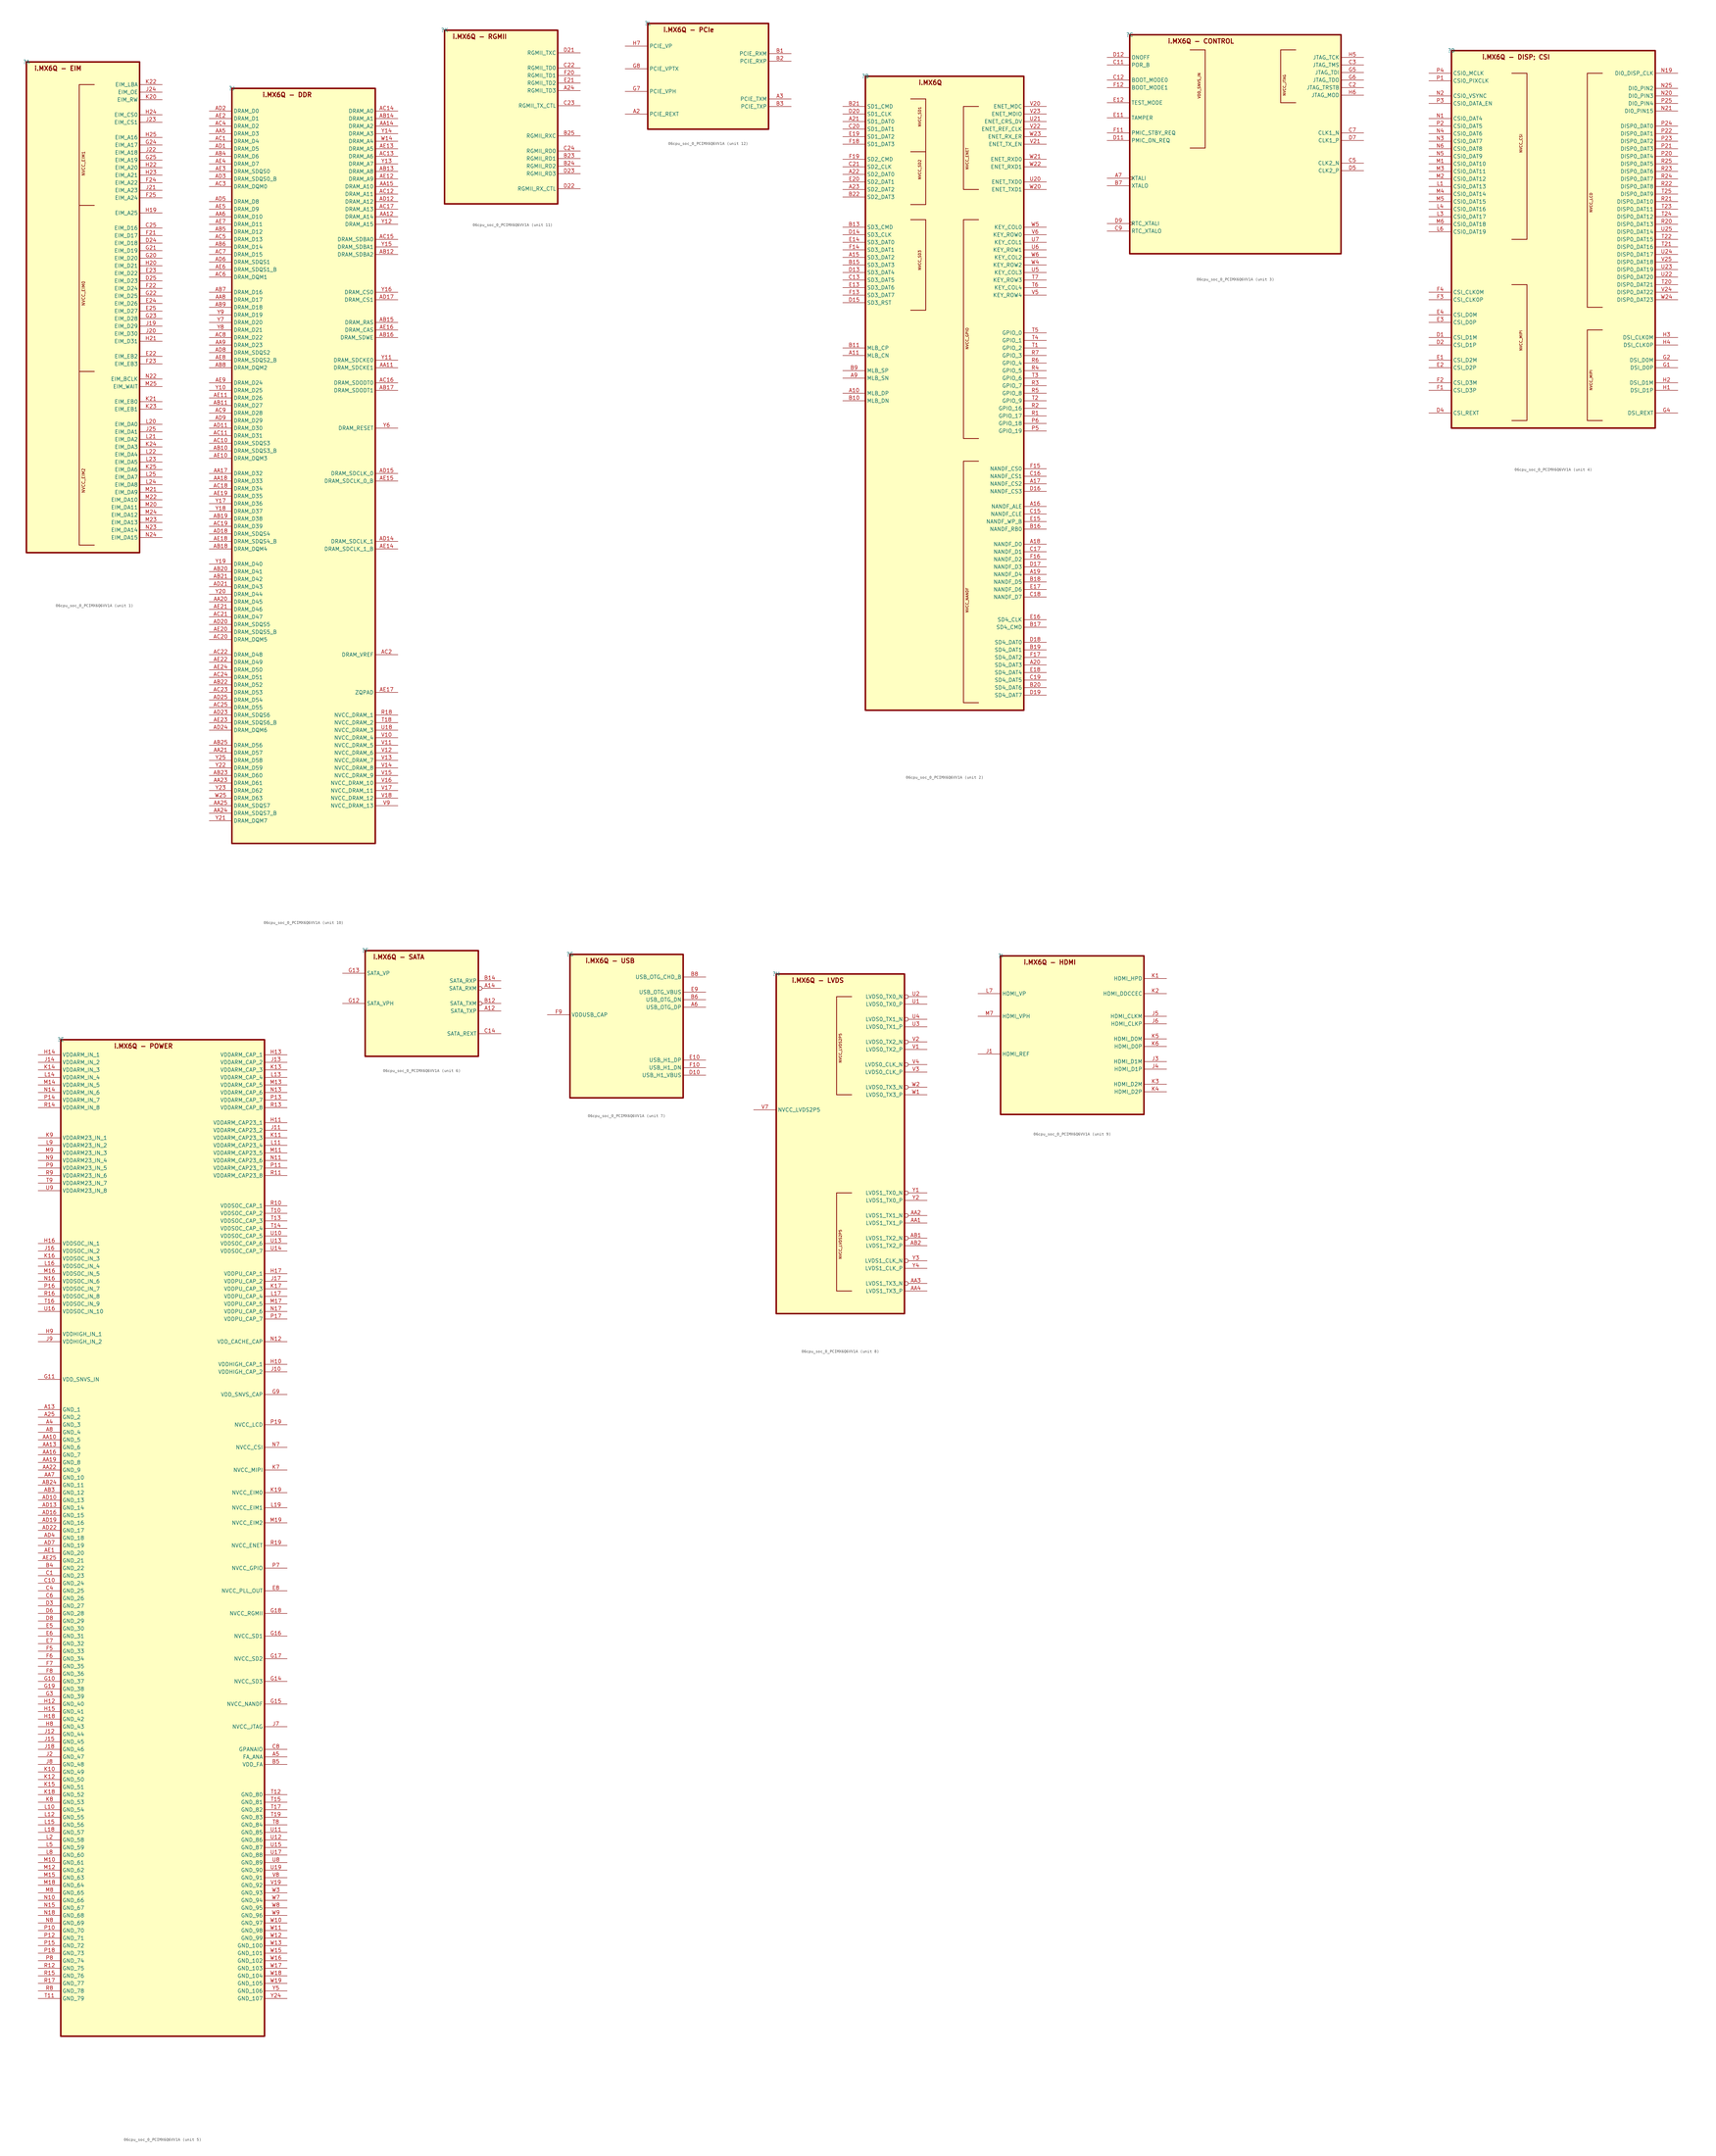
<source format=kicad_sym>
(kicad_symbol_lib
  (version 20220914)
  (generator kicad_symbol_editor)
  (symbol "06cpu_soc_0_PCIMX6Q6VV1A"
    (property "Reference" ""
      (at 0 0 0)
      (effects (font (size 1.27 1.27))))
    (property "Value" ""
      (at 0 0 0)
      (effects (font (size 1.27 1.27))))
    (symbol "06cpu_soc_0_PCIMX6Q6VV1A_1_0"
      (polyline (pts (xy 17.78 -104.14) (xy 17.78 -162.56)) (stroke (width 0.254) (type solid)) (fill (type none)))
      (polyline (pts (xy 17.78 -104.14) (xy 22.86 -104.14)) (stroke (width 0.254) (type solid)) (fill (type none)))
      (polyline (pts (xy 17.78 -48.26) (xy 22.86 -48.26)) (stroke (width 0.254) (type solid)) (fill (type none)))
      (polyline (pts (xy 17.78 -7.62) (xy 17.78 -104.14)) (stroke (width 0.254) (type solid)) (fill (type none)))
      (polyline (pts (xy 22.86 -162.56) (xy 17.78 -162.56)) (stroke (width 0.254) (type solid)) (fill (type none)))
      (polyline (pts (xy 22.86 -7.62) (xy 17.78 -7.62)) (stroke (width 0.254) (type solid)) (fill (type none)))
      (rectangle (start 38.1 0) (end 0 -165.1) (stroke (width 0.508) (type solid)) (fill (type background)))
      (text "i.MX6Q - EIM" (at 2.54 -3.048 0) (effects (font (size 1.524 1.524) bold) (justify left bottom)))
      (text "NVCC_EIM0" (at 19.812 -82.101 900) (effects (font (size 1.016 1.016)) (justify left bottom)))
      (text "NVCC_EIM1" (at 19.812 -38.413 900) (effects (font (size 1.016 1.016)) (justify left bottom)))
      (text "NVCC_EIM2" (at 19.812 -145.093 900) (effects (font (size 1.016 1.016)) (justify left bottom)))
      (pin bidirectional line (at 45.72 -55.88 180) (length 7.62) (name "EIM_D16" (effects (font (size 1.27 1.27)))) (number "C25" (effects (font (size 1.27 1.27)))))
      (pin bidirectional line (at 45.72 -60.96 180) (length 7.62) (name "EIM_D18" (effects (font (size 1.27 1.27)))) (number "D24" (effects (font (size 1.27 1.27)))))
      (pin bidirectional line (at 45.72 -73.66 180) (length 7.62) (name "EIM_D23" (effects (font (size 1.27 1.27)))) (number "D25" (effects (font (size 1.27 1.27)))))
      (pin bidirectional line (at 45.72 -99.06 180) (length 7.62) (name "EIM_EB2" (effects (font (size 1.27 1.27)))) (number "E22" (effects (font (size 1.27 1.27)))))
      (pin bidirectional line (at 45.72 -71.12 180) (length 7.62) (name "EIM_D22" (effects (font (size 1.27 1.27)))) (number "E23" (effects (font (size 1.27 1.27)))))
      (pin bidirectional line (at 45.72 -81.28 180) (length 7.62) (name "EIM_D26" (effects (font (size 1.27 1.27)))) (number "E24" (effects (font (size 1.27 1.27)))))
      (pin bidirectional line (at 45.72 -83.82 180) (length 7.62) (name "EIM_D27" (effects (font (size 1.27 1.27)))) (number "E25" (effects (font (size 1.27 1.27)))))
      (pin bidirectional line (at 45.72 -58.42 180) (length 7.62) (name "EIM_D17" (effects (font (size 1.27 1.27)))) (number "F21" (effects (font (size 1.27 1.27)))))
      (pin bidirectional line (at 45.72 -76.2 180) (length 7.62) (name "EIM_D24" (effects (font (size 1.27 1.27)))) (number "F22" (effects (font (size 1.27 1.27)))))
      (pin bidirectional line (at 45.72 -101.6 180) (length 7.62) (name "EIM_EB3" (effects (font (size 1.27 1.27)))) (number "F23" (effects (font (size 1.27 1.27)))))
      (pin bidirectional line (at 45.72 -40.64 180) (length 7.62) (name "EIM_A22" (effects (font (size 1.27 1.27)))) (number "F24" (effects (font (size 1.27 1.27)))))
      (pin bidirectional line (at 45.72 -45.72 180) (length 7.62) (name "EIM_A24" (effects (font (size 1.27 1.27)))) (number "F25" (effects (font (size 1.27 1.27)))))
      (pin bidirectional line (at 45.72 -66.04 180) (length 7.62) (name "EIM_D20" (effects (font (size 1.27 1.27)))) (number "G20" (effects (font (size 1.27 1.27)))))
      (pin bidirectional line (at 45.72 -63.5 180) (length 7.62) (name "EIM_D19" (effects (font (size 1.27 1.27)))) (number "G21" (effects (font (size 1.27 1.27)))))
      (pin bidirectional line (at 45.72 -78.74 180) (length 7.62) (name "EIM_D25" (effects (font (size 1.27 1.27)))) (number "G22" (effects (font (size 1.27 1.27)))))
      (pin bidirectional line (at 45.72 -86.36 180) (length 7.62) (name "EIM_D28" (effects (font (size 1.27 1.27)))) (number "G23" (effects (font (size 1.27 1.27)))))
      (pin bidirectional line (at 45.72 -27.94 180) (length 7.62) (name "EIM_A17" (effects (font (size 1.27 1.27)))) (number "G24" (effects (font (size 1.27 1.27)))))
      (pin bidirectional line (at 45.72 -33.02 180) (length 7.62) (name "EIM_A19" (effects (font (size 1.27 1.27)))) (number "G25" (effects (font (size 1.27 1.27)))))
      (pin bidirectional line (at 45.72 -50.8 180) (length 7.62) (name "EIM_A25" (effects (font (size 1.27 1.27)))) (number "H19" (effects (font (size 1.27 1.27)))))
      (pin bidirectional line (at 45.72 -68.58 180) (length 7.62) (name "EIM_D21" (effects (font (size 1.27 1.27)))) (number "H20" (effects (font (size 1.27 1.27)))))
      (pin bidirectional line (at 45.72 -93.98 180) (length 7.62) (name "EIM_D31" (effects (font (size 1.27 1.27)))) (number "H21" (effects (font (size 1.27 1.27)))))
      (pin bidirectional line (at 45.72 -35.56 180) (length 7.62) (name "EIM_A20" (effects (font (size 1.27 1.27)))) (number "H22" (effects (font (size 1.27 1.27)))))
      (pin bidirectional line (at 45.72 -38.1 180) (length 7.62) (name "EIM_A21" (effects (font (size 1.27 1.27)))) (number "H23" (effects (font (size 1.27 1.27)))))
      (pin bidirectional line (at 45.72 -17.78 180) (length 7.62) (name "EIM_CS0" (effects (font (size 1.27 1.27)))) (number "H24" (effects (font (size 1.27 1.27)))))
      (pin bidirectional line (at 45.72 -25.4 180) (length 7.62) (name "EIM_A16" (effects (font (size 1.27 1.27)))) (number "H25" (effects (font (size 1.27 1.27)))))
      (pin bidirectional line (at 45.72 -88.9 180) (length 7.62) (name "EIM_D29" (effects (font (size 1.27 1.27)))) (number "J19" (effects (font (size 1.27 1.27)))))
      (pin bidirectional line (at 45.72 -91.44 180) (length 7.62) (name "EIM_D30" (effects (font (size 1.27 1.27)))) (number "J20" (effects (font (size 1.27 1.27)))))
      (pin bidirectional line (at 45.72 -43.18 180) (length 7.62) (name "EIM_A23" (effects (font (size 1.27 1.27)))) (number "J21" (effects (font (size 1.27 1.27)))))
      (pin bidirectional line (at 45.72 -30.48 180) (length 7.62) (name "EIM_A18" (effects (font (size 1.27 1.27)))) (number "J22" (effects (font (size 1.27 1.27)))))
      (pin bidirectional line (at 45.72 -20.32 180) (length 7.62) (name "EIM_CS1" (effects (font (size 1.27 1.27)))) (number "J23" (effects (font (size 1.27 1.27)))))
      (pin bidirectional line (at 45.72 -10.16 180) (length 7.62) (name "EIM_OE" (effects (font (size 1.27 1.27)))) (number "J24" (effects (font (size 1.27 1.27)))))
      (pin bidirectional line (at 45.72 -124.46 180) (length 7.62) (name "EIM_DA1" (effects (font (size 1.27 1.27)))) (number "J25" (effects (font (size 1.27 1.27)))))
      (pin bidirectional line (at 45.72 -12.7 180) (length 7.62) (name "EIM_RW" (effects (font (size 1.27 1.27)))) (number "K20" (effects (font (size 1.27 1.27)))))
      (pin bidirectional line (at 45.72 -114.3 180) (length 7.62) (name "EIM_EB0" (effects (font (size 1.27 1.27)))) (number "K21" (effects (font (size 1.27 1.27)))))
      (pin bidirectional line (at 45.72 -7.62 180) (length 7.62) (name "EIM_LBA" (effects (font (size 1.27 1.27)))) (number "K22" (effects (font (size 1.27 1.27)))))
      (pin bidirectional line (at 45.72 -116.84 180) (length 7.62) (name "EIM_EB1" (effects (font (size 1.27 1.27)))) (number "K23" (effects (font (size 1.27 1.27)))))
      (pin bidirectional line (at 45.72 -129.54 180) (length 7.62) (name "EIM_DA3" (effects (font (size 1.27 1.27)))) (number "K24" (effects (font (size 1.27 1.27)))))
      (pin bidirectional line (at 45.72 -137.16 180) (length 7.62) (name "EIM_DA6" (effects (font (size 1.27 1.27)))) (number "K25" (effects (font (size 1.27 1.27)))))
      (pin bidirectional line (at 45.72 -121.92 180) (length 7.62) (name "EIM_DA0" (effects (font (size 1.27 1.27)))) (number "L20" (effects (font (size 1.27 1.27)))))
      (pin bidirectional line (at 45.72 -127 180) (length 7.62) (name "EIM_DA2" (effects (font (size 1.27 1.27)))) (number "L21" (effects (font (size 1.27 1.27)))))
      (pin bidirectional line (at 45.72 -132.08 180) (length 7.62) (name "EIM_DA4" (effects (font (size 1.27 1.27)))) (number "L22" (effects (font (size 1.27 1.27)))))
      (pin bidirectional line (at 45.72 -134.62 180) (length 7.62) (name "EIM_DA5" (effects (font (size 1.27 1.27)))) (number "L23" (effects (font (size 1.27 1.27)))))
      (pin bidirectional line (at 45.72 -142.24 180) (length 7.62) (name "EIM_DA8" (effects (font (size 1.27 1.27)))) (number "L24" (effects (font (size 1.27 1.27)))))
      (pin bidirectional line (at 45.72 -139.7 180) (length 7.62) (name "EIM_DA7" (effects (font (size 1.27 1.27)))) (number "L25" (effects (font (size 1.27 1.27)))))
      (pin bidirectional line (at 45.72 -149.86 180) (length 7.62) (name "EIM_DA11" (effects (font (size 1.27 1.27)))) (number "M20" (effects (font (size 1.27 1.27)))))
      (pin bidirectional line (at 45.72 -144.78 180) (length 7.62) (name "EIM_DA9" (effects (font (size 1.27 1.27)))) (number "M21" (effects (font (size 1.27 1.27)))))
      (pin bidirectional line (at 45.72 -147.32 180) (length 7.62) (name "EIM_DA10" (effects (font (size 1.27 1.27)))) (number "M22" (effects (font (size 1.27 1.27)))))
      (pin bidirectional line (at 45.72 -154.94 180) (length 7.62) (name "EIM_DA13" (effects (font (size 1.27 1.27)))) (number "M23" (effects (font (size 1.27 1.27)))))
      (pin bidirectional line (at 45.72 -152.4 180) (length 7.62) (name "EIM_DA12" (effects (font (size 1.27 1.27)))) (number "M24" (effects (font (size 1.27 1.27)))))
      (pin bidirectional line (at 45.72 -109.22 180) (length 7.62) (name "EIM_WAIT" (effects (font (size 1.27 1.27)))) (number "M25" (effects (font (size 1.27 1.27)))))
      (pin bidirectional line (at 45.72 -106.68 180) (length 7.62) (name "EIM_BCLK" (effects (font (size 1.27 1.27)))) (number "N22" (effects (font (size 1.27 1.27)))))
      (pin bidirectional line (at 45.72 -157.48 180) (length 7.62) (name "EIM_DA14" (effects (font (size 1.27 1.27)))) (number "N23" (effects (font (size 1.27 1.27)))))
      (pin bidirectional line (at 45.72 -160.02 180) (length 7.62) (name "EIM_DA15" (effects (font (size 1.27 1.27)))) (number "N24" (effects (font (size 1.27 1.27))))))
    (symbol "06cpu_soc_0_PCIMX6Q6VV1A_2_0"
      (polyline (pts (xy 20.32 -78.74) (xy 15.24 -78.74)) (stroke (width 0.254) (type solid)) (fill (type none)))
      (polyline (pts (xy 20.32 -48.26) (xy 15.24 -48.26)) (stroke (width 0.254) (type solid)) (fill (type none)))
      (polyline (pts (xy 20.32 -48.26) (xy 20.32 -78.74)) (stroke (width 0.254) (type solid)) (fill (type none)))
      (polyline (pts (xy 20.32 -43.18) (xy 15.24 -43.18)) (stroke (width 0.254) (type solid)) (fill (type none)))
      (polyline (pts (xy 20.32 -25.4) (xy 15.24 -25.4)) (stroke (width 0.254) (type solid)) (fill (type none)))
      (polyline (pts (xy 20.32 -7.62) (xy 15.24 -7.62)) (stroke (width 0.254) (type solid)) (fill (type none)))
      (polyline (pts (xy 20.32 -7.62) (xy 20.32 -43.18)) (stroke (width 0.254) (type solid)) (fill (type none)))
      (polyline (pts (xy 33.02 -129.54) (xy 33.02 -210.82)) (stroke (width 0.254) (type solid)) (fill (type none)))
      (polyline (pts (xy 33.02 -48.26) (xy 33.02 -121.92)) (stroke (width 0.254) (type solid)) (fill (type none)))
      (polyline (pts (xy 33.02 -10.16) (xy 33.02 -38.1)) (stroke (width 0.254) (type solid)) (fill (type none)))
      (polyline (pts (xy 38.1 -210.82) (xy 33.02 -210.82)) (stroke (width 0.254) (type solid)) (fill (type none)))
      (polyline (pts (xy 38.1 -129.54) (xy 33.02 -129.54)) (stroke (width 0.254) (type solid)) (fill (type none)))
      (polyline (pts (xy 38.1 -121.92) (xy 33.02 -121.92)) (stroke (width 0.254) (type solid)) (fill (type none)))
      (polyline (pts (xy 38.1 -48.26) (xy 33.02 -48.26)) (stroke (width 0.254) (type solid)) (fill (type none)))
      (polyline (pts (xy 38.1 -38.1) (xy 33.02 -38.1)) (stroke (width 0.254) (type solid)) (fill (type none)))
      (polyline (pts (xy 38.1 -10.16) (xy 33.02 -10.16)) (stroke (width 0.254) (type solid)) (fill (type none)))
      (rectangle (start 53.34 0) (end 0 -213.36) (stroke (width 0.508) (type solid)) (fill (type background)))
      (text "i.MX6Q" (at 17.78 -3.048 0) (effects (font (size 1.524 1.524) bold) (justify left bottom)))
      (text "NVCC_ENET" (at 34.798 -31.496 900) (effects (font (size 0.889 0.889)) (justify left bottom)))
      (text "NVCC_GPIO" (at 34.798 -92.007 900) (effects (font (size 0.889 0.889)) (justify left bottom)))
      (text "NVCC_NANDF" (at 34.798 -180.614 900) (effects (font (size 0.889 0.889)) (justify left bottom)))
      (text "NVCC_SD1" (at 17.78 -10.16 900) (effects (font (size 0.889 0.889)) (justify right top)))
      (text "NVCC_SD2" (at 17.78 -27.94 900) (effects (font (size 0.889 0.889)) (justify right top)))
      (text "NVCC_SD3" (at 17.78 -58.42 900) (effects (font (size 0.889 0.889)) (justify right top)))
      (pin input line (at -7.62 -106.68 0) (length 7.62) (name "MLB_DP" (effects (font (size 1.27 1.27)))) (number "A10" (effects (font (size 1.27 1.27)))))
      (pin input line (at -7.62 -93.98 0) (length 7.62) (name "MLB_CN" (effects (font (size 1.27 1.27)))) (number "A11" (effects (font (size 1.27 1.27)))))
      (pin bidirectional line (at -7.62 -60.96 0) (length 7.62) (name "SD3_DAT2" (effects (font (size 1.27 1.27)))) (number "A15" (effects (font (size 1.27 1.27)))))
      (pin bidirectional line (at 60.96 -144.78 180) (length 7.62) (name "NANDF_ALE" (effects (font (size 1.27 1.27)))) (number "A16" (effects (font (size 1.27 1.27)))))
      (pin bidirectional line (at 60.96 -137.16 180) (length 7.62) (name "NANDF_CS2" (effects (font (size 1.27 1.27)))) (number "A17" (effects (font (size 1.27 1.27)))))
      (pin bidirectional line (at 60.96 -157.48 180) (length 7.62) (name "NANDF_D0" (effects (font (size 1.27 1.27)))) (number "A18" (effects (font (size 1.27 1.27)))))
      (pin bidirectional line (at 60.96 -167.64 180) (length 7.62) (name "NANDF_D4" (effects (font (size 1.27 1.27)))) (number "A19" (effects (font (size 1.27 1.27)))))
      (pin bidirectional line (at 60.96 -198.12 180) (length 7.62) (name "SD4_DAT3" (effects (font (size 1.27 1.27)))) (number "A20" (effects (font (size 1.27 1.27)))))
      (pin bidirectional line (at -7.62 -15.24 0) (length 7.62) (name "SD1_DAT0" (effects (font (size 1.27 1.27)))) (number "A21" (effects (font (size 1.27 1.27)))))
      (pin bidirectional line (at -7.62 -33.02 0) (length 7.62) (name "SD2_DAT0" (effects (font (size 1.27 1.27)))) (number "A22" (effects (font (size 1.27 1.27)))))
      (pin bidirectional line (at -7.62 -38.1 0) (length 7.62) (name "SD2_DAT2" (effects (font (size 1.27 1.27)))) (number "A23" (effects (font (size 1.27 1.27)))))
      (pin input line (at -7.62 -101.6 0) (length 7.62) (name "MLB_SN" (effects (font (size 1.27 1.27)))) (number "A9" (effects (font (size 1.27 1.27)))))
      (pin input line (at -7.62 -109.22 0) (length 7.62) (name "MLB_DN" (effects (font (size 1.27 1.27)))) (number "B10" (effects (font (size 1.27 1.27)))))
      (pin input line (at -7.62 -91.44 0) (length 7.62) (name "MLB_CP" (effects (font (size 1.27 1.27)))) (number "B11" (effects (font (size 1.27 1.27)))))
      (pin bidirectional line (at -7.62 -50.8 0) (length 7.62) (name "SD3_CMD" (effects (font (size 1.27 1.27)))) (number "B13" (effects (font (size 1.27 1.27)))))
      (pin bidirectional line (at -7.62 -63.5 0) (length 7.62) (name "SD3_DAT3" (effects (font (size 1.27 1.27)))) (number "B15" (effects (font (size 1.27 1.27)))))
      (pin bidirectional line (at 60.96 -152.4 180) (length 7.62) (name "NANDF_RB0" (effects (font (size 1.27 1.27)))) (number "B16" (effects (font (size 1.27 1.27)))))
      (pin bidirectional line (at 60.96 -185.42 180) (length 7.62) (name "SD4_CMD" (effects (font (size 1.27 1.27)))) (number "B17" (effects (font (size 1.27 1.27)))))
      (pin bidirectional line (at 60.96 -170.18 180) (length 7.62) (name "NANDF_D5" (effects (font (size 1.27 1.27)))) (number "B18" (effects (font (size 1.27 1.27)))))
      (pin bidirectional line (at 60.96 -193.04 180) (length 7.62) (name "SD4_DAT1" (effects (font (size 1.27 1.27)))) (number "B19" (effects (font (size 1.27 1.27)))))
      (pin bidirectional line (at 60.96 -205.74 180) (length 7.62) (name "SD4_DAT6" (effects (font (size 1.27 1.27)))) (number "B20" (effects (font (size 1.27 1.27)))))
      (pin bidirectional line (at -7.62 -10.16 0) (length 7.62) (name "SD1_CMD" (effects (font (size 1.27 1.27)))) (number "B21" (effects (font (size 1.27 1.27)))))
      (pin bidirectional line (at -7.62 -40.64 0) (length 7.62) (name "SD2_DAT3" (effects (font (size 1.27 1.27)))) (number "B22" (effects (font (size 1.27 1.27)))))
      (pin input line (at -7.62 -99.06 0) (length 7.62) (name "MLB_SP" (effects (font (size 1.27 1.27)))) (number "B9" (effects (font (size 1.27 1.27)))))
      (pin bidirectional line (at -7.62 -68.58 0) (length 7.62) (name "SD3_DAT5" (effects (font (size 1.27 1.27)))) (number "C13" (effects (font (size 1.27 1.27)))))
      (pin bidirectional line (at 60.96 -147.32 180) (length 7.62) (name "NANDF_CLE" (effects (font (size 1.27 1.27)))) (number "C15" (effects (font (size 1.27 1.27)))))
      (pin bidirectional line (at 60.96 -134.62 180) (length 7.62) (name "NANDF_CS1" (effects (font (size 1.27 1.27)))) (number "C16" (effects (font (size 1.27 1.27)))))
      (pin bidirectional line (at 60.96 -160.02 180) (length 7.62) (name "NANDF_D1" (effects (font (size 1.27 1.27)))) (number "C17" (effects (font (size 1.27 1.27)))))
      (pin bidirectional line (at 60.96 -175.26 180) (length 7.62) (name "NANDF_D7" (effects (font (size 1.27 1.27)))) (number "C18" (effects (font (size 1.27 1.27)))))
      (pin bidirectional line (at 60.96 -203.2 180) (length 7.62) (name "SD4_DAT5" (effects (font (size 1.27 1.27)))) (number "C19" (effects (font (size 1.27 1.27)))))
      (pin bidirectional line (at -7.62 -17.78 0) (length 7.62) (name "SD1_DAT1" (effects (font (size 1.27 1.27)))) (number "C20" (effects (font (size 1.27 1.27)))))
      (pin bidirectional line (at -7.62 -30.48 0) (length 7.62) (name "SD2_CLK" (effects (font (size 1.27 1.27)))) (number "C21" (effects (font (size 1.27 1.27)))))
      (pin bidirectional line (at -7.62 -66.04 0) (length 7.62) (name "SD3_DAT4" (effects (font (size 1.27 1.27)))) (number "D13" (effects (font (size 1.27 1.27)))))
      (pin bidirectional line (at -7.62 -53.34 0) (length 7.62) (name "SD3_CLK" (effects (font (size 1.27 1.27)))) (number "D14" (effects (font (size 1.27 1.27)))))
      (pin bidirectional line (at -7.62 -76.2 0) (length 7.62) (name "SD3_RST" (effects (font (size 1.27 1.27)))) (number "D15" (effects (font (size 1.27 1.27)))))
      (pin bidirectional line (at 60.96 -139.7 180) (length 7.62) (name "NANDF_CS3" (effects (font (size 1.27 1.27)))) (number "D16" (effects (font (size 1.27 1.27)))))
      (pin bidirectional line (at 60.96 -165.1 180) (length 7.62) (name "NANDF_D3" (effects (font (size 1.27 1.27)))) (number "D17" (effects (font (size 1.27 1.27)))))
      (pin bidirectional line (at 60.96 -190.5 180) (length 7.62) (name "SD4_DAT0" (effects (font (size 1.27 1.27)))) (number "D18" (effects (font (size 1.27 1.27)))))
      (pin bidirectional line (at 60.96 -208.28 180) (length 7.62) (name "SD4_DAT7" (effects (font (size 1.27 1.27)))) (number "D19" (effects (font (size 1.27 1.27)))))
      (pin bidirectional line (at -7.62 -12.7 0) (length 7.62) (name "SD1_CLK" (effects (font (size 1.27 1.27)))) (number "D20" (effects (font (size 1.27 1.27)))))
      (pin bidirectional line (at -7.62 -71.12 0) (length 7.62) (name "SD3_DAT6" (effects (font (size 1.27 1.27)))) (number "E13" (effects (font (size 1.27 1.27)))))
      (pin bidirectional line (at -7.62 -55.88 0) (length 7.62) (name "SD3_DAT0" (effects (font (size 1.27 1.27)))) (number "E14" (effects (font (size 1.27 1.27)))))
      (pin bidirectional line (at 60.96 -149.86 180) (length 7.62) (name "NANDF_WP_B" (effects (font (size 1.27 1.27)))) (number "E15" (effects (font (size 1.27 1.27)))))
      (pin bidirectional line (at 60.96 -182.88 180) (length 7.62) (name "SD4_CLK" (effects (font (size 1.27 1.27)))) (number "E16" (effects (font (size 1.27 1.27)))))
      (pin bidirectional line (at 60.96 -172.72 180) (length 7.62) (name "NANDF_D6" (effects (font (size 1.27 1.27)))) (number "E17" (effects (font (size 1.27 1.27)))))
      (pin bidirectional line (at 60.96 -200.66 180) (length 7.62) (name "SD4_DAT4" (effects (font (size 1.27 1.27)))) (number "E18" (effects (font (size 1.27 1.27)))))
      (pin bidirectional line (at -7.62 -20.32 0) (length 7.62) (name "SD1_DAT2" (effects (font (size 1.27 1.27)))) (number "E19" (effects (font (size 1.27 1.27)))))
      (pin bidirectional line (at -7.62 -35.56 0) (length 7.62) (name "SD2_DAT1" (effects (font (size 1.27 1.27)))) (number "E20" (effects (font (size 1.27 1.27)))))
      (pin bidirectional line (at -7.62 -73.66 0) (length 7.62) (name "SD3_DAT7" (effects (font (size 1.27 1.27)))) (number "F13" (effects (font (size 1.27 1.27)))))
      (pin bidirectional line (at -7.62 -58.42 0) (length 7.62) (name "SD3_DAT1" (effects (font (size 1.27 1.27)))) (number "F14" (effects (font (size 1.27 1.27)))))
      (pin bidirectional line (at 60.96 -132.08 180) (length 7.62) (name "NANDF_CS0" (effects (font (size 1.27 1.27)))) (number "F15" (effects (font (size 1.27 1.27)))))
      (pin bidirectional line (at 60.96 -162.56 180) (length 7.62) (name "NANDF_D2" (effects (font (size 1.27 1.27)))) (number "F16" (effects (font (size 1.27 1.27)))))
      (pin bidirectional line (at 60.96 -195.58 180) (length 7.62) (name "SD4_DAT2" (effects (font (size 1.27 1.27)))) (number "F17" (effects (font (size 1.27 1.27)))))
      (pin bidirectional line (at -7.62 -22.86 0) (length 7.62) (name "SD1_DAT3" (effects (font (size 1.27 1.27)))) (number "F18" (effects (font (size 1.27 1.27)))))
      (pin bidirectional line (at -7.62 -27.94 0) (length 7.62) (name "SD2_CMD" (effects (font (size 1.27 1.27)))) (number "F19" (effects (font (size 1.27 1.27)))))
      (pin bidirectional line (at 60.96 -119.38 180) (length 7.62) (name "GPIO_19" (effects (font (size 1.27 1.27)))) (number "P5" (effects (font (size 1.27 1.27)))))
      (pin bidirectional line (at 60.96 -116.84 180) (length 7.62) (name "GPIO_18" (effects (font (size 1.27 1.27)))) (number "P6" (effects (font (size 1.27 1.27)))))
      (pin bidirectional line (at 60.96 -114.3 180) (length 7.62) (name "GPIO_17" (effects (font (size 1.27 1.27)))) (number "R1" (effects (font (size 1.27 1.27)))))
      (pin bidirectional line (at 60.96 -111.76 180) (length 7.62) (name "GPIO_16" (effects (font (size 1.27 1.27)))) (number "R2" (effects (font (size 1.27 1.27)))))
      (pin bidirectional line (at 60.96 -104.14 180) (length 7.62) (name "GPIO_7" (effects (font (size 1.27 1.27)))) (number "R3" (effects (font (size 1.27 1.27)))))
      (pin bidirectional line (at 60.96 -99.06 180) (length 7.62) (name "GPIO_5" (effects (font (size 1.27 1.27)))) (number "R4" (effects (font (size 1.27 1.27)))))
      (pin bidirectional line (at 60.96 -106.68 180) (length 7.62) (name "GPIO_8" (effects (font (size 1.27 1.27)))) (number "R5" (effects (font (size 1.27 1.27)))))
      (pin bidirectional line (at 60.96 -96.52 180) (length 7.62) (name "GPIO_4" (effects (font (size 1.27 1.27)))) (number "R6" (effects (font (size 1.27 1.27)))))
      (pin bidirectional line (at 60.96 -93.98 180) (length 7.62) (name "GPIO_3" (effects (font (size 1.27 1.27)))) (number "R7" (effects (font (size 1.27 1.27)))))
      (pin bidirectional line (at 60.96 -91.44 180) (length 7.62) (name "GPIO_2" (effects (font (size 1.27 1.27)))) (number "T1" (effects (font (size 1.27 1.27)))))
      (pin bidirectional line (at 60.96 -109.22 180) (length 7.62) (name "GPIO_9" (effects (font (size 1.27 1.27)))) (number "T2" (effects (font (size 1.27 1.27)))))
      (pin bidirectional line (at 60.96 -101.6 180) (length 7.62) (name "GPIO_6" (effects (font (size 1.27 1.27)))) (number "T3" (effects (font (size 1.27 1.27)))))
      (pin bidirectional line (at 60.96 -88.9 180) (length 7.62) (name "GPIO_1" (effects (font (size 1.27 1.27)))) (number "T4" (effects (font (size 1.27 1.27)))))
      (pin bidirectional line (at 60.96 -86.36 180) (length 7.62) (name "GPIO_0" (effects (font (size 1.27 1.27)))) (number "T5" (effects (font (size 1.27 1.27)))))
      (pin bidirectional line (at 60.96 -71.12 180) (length 7.62) (name "KEY_COL4" (effects (font (size 1.27 1.27)))) (number "T6" (effects (font (size 1.27 1.27)))))
      (pin bidirectional line (at 60.96 -68.58 180) (length 7.62) (name "KEY_ROW3" (effects (font (size 1.27 1.27)))) (number "T7" (effects (font (size 1.27 1.27)))))
      (pin bidirectional line (at 60.96 -35.56 180) (length 7.62) (name "ENET_TXD0" (effects (font (size 1.27 1.27)))) (number "U20" (effects (font (size 1.27 1.27)))))
      (pin bidirectional line (at 60.96 -15.24 180) (length 7.62) (name "ENET_CRS_DV" (effects (font (size 1.27 1.27)))) (number "U21" (effects (font (size 1.27 1.27)))))
      (pin bidirectional line (at 60.96 -66.04 180) (length 7.62) (name "KEY_COL3" (effects (font (size 1.27 1.27)))) (number "U5" (effects (font (size 1.27 1.27)))))
      (pin bidirectional line (at 60.96 -58.42 180) (length 7.62) (name "KEY_ROW1" (effects (font (size 1.27 1.27)))) (number "U6" (effects (font (size 1.27 1.27)))))
      (pin bidirectional line (at 60.96 -55.88 180) (length 7.62) (name "KEY_COL1" (effects (font (size 1.27 1.27)))) (number "U7" (effects (font (size 1.27 1.27)))))
      (pin bidirectional line (at 60.96 -10.16 180) (length 7.62) (name "ENET_MDC" (effects (font (size 1.27 1.27)))) (number "V20" (effects (font (size 1.27 1.27)))))
      (pin bidirectional line (at 60.96 -22.86 180) (length 7.62) (name "ENET_TX_EN" (effects (font (size 1.27 1.27)))) (number "V21" (effects (font (size 1.27 1.27)))))
      (pin bidirectional line (at 60.96 -17.78 180) (length 7.62) (name "ENET_REF_CLK" (effects (font (size 1.27 1.27)))) (number "V22" (effects (font (size 1.27 1.27)))))
      (pin bidirectional line (at 60.96 -12.7 180) (length 7.62) (name "ENET_MDIO" (effects (font (size 1.27 1.27)))) (number "V23" (effects (font (size 1.27 1.27)))))
      (pin bidirectional line (at 60.96 -73.66 180) (length 7.62) (name "KEY_ROW4" (effects (font (size 1.27 1.27)))) (number "V5" (effects (font (size 1.27 1.27)))))
      (pin bidirectional line (at 60.96 -53.34 180) (length 7.62) (name "KEY_ROW0" (effects (font (size 1.27 1.27)))) (number "V6" (effects (font (size 1.27 1.27)))))
      (pin bidirectional line (at 60.96 -38.1 180) (length 7.62) (name "ENET_TXD1" (effects (font (size 1.27 1.27)))) (number "W20" (effects (font (size 1.27 1.27)))))
      (pin bidirectional line (at 60.96 -27.94 180) (length 7.62) (name "ENET_RXD0" (effects (font (size 1.27 1.27)))) (number "W21" (effects (font (size 1.27 1.27)))))
      (pin bidirectional line (at 60.96 -30.48 180) (length 7.62) (name "ENET_RXD1" (effects (font (size 1.27 1.27)))) (number "W22" (effects (font (size 1.27 1.27)))))
      (pin bidirectional line (at 60.96 -20.32 180) (length 7.62) (name "ENET_RX_ER" (effects (font (size 1.27 1.27)))) (number "W23" (effects (font (size 1.27 1.27)))))
      (pin bidirectional line (at 60.96 -63.5 180) (length 7.62) (name "KEY_ROW2" (effects (font (size 1.27 1.27)))) (number "W4" (effects (font (size 1.27 1.27)))))
      (pin bidirectional line (at 60.96 -50.8 180) (length 7.62) (name "KEY_COL0" (effects (font (size 1.27 1.27)))) (number "W5" (effects (font (size 1.27 1.27)))))
      (pin bidirectional line (at 60.96 -60.96 180) (length 7.62) (name "KEY_COL2" (effects (font (size 1.27 1.27)))) (number "W6" (effects (font (size 1.27 1.27))))))
    (symbol "06cpu_soc_0_PCIMX6Q6VV1A_3_0"
      (polyline (pts (xy 25.4 -38.1) (xy 20.32 -38.1)) (stroke (width 0.254) (type solid)) (fill (type none)))
      (polyline (pts (xy 25.4 -5.08) (xy 20.32 -5.08)) (stroke (width 0.254) (type solid)) (fill (type none)))
      (polyline (pts (xy 25.4 -5.08) (xy 25.4 -38.1)) (stroke (width 0.254) (type solid)) (fill (type none)))
      (polyline (pts (xy 50.8 -22.86) (xy 55.88 -22.86)) (stroke (width 0.254) (type solid)) (fill (type none)))
      (polyline (pts (xy 50.8 -5.08) (xy 50.8 -22.86)) (stroke (width 0.254) (type solid)) (fill (type none)))
      (polyline (pts (xy 50.8 -5.08) (xy 55.88 -5.08)) (stroke (width 0.254) (type solid)) (fill (type none)))
      (rectangle (start 71.12 0) (end 0 -73.66) (stroke (width 0.508) (type solid)) (fill (type background)))
      (text "i.MX6Q - CONTROL" (at 12.7 -3.048 0) (effects (font (size 1.524 1.524) bold) (justify left bottom)))
      (text "NVCC_JTAG" (at 52.578 -20.633 900) (effects (font (size 0.889 0.889)) (justify left bottom)))
      (text "VDD_SNVS_IN" (at 22.86 -12.7 900) (effects (font (size 0.889 0.889)) (justify right top)))
      (pin input clock (at -7.62 -48.26 0) (length 7.62) (name "XTALI" (effects (font (size 1.27 1.27)))) (number "A7" (effects (font (size 1.27 1.27)))))
      (pin output line (at -7.62 -50.8 0) (length 7.62) (name "XTALO" (effects (font (size 1.27 1.27)))) (number "B7" (effects (font (size 1.27 1.27)))))
      (pin input line (at -7.62 -10.16 0) (length 7.62) (name "POR_B" (effects (font (size 1.27 1.27)))) (number "C11" (effects (font (size 1.27 1.27)))))
      (pin input line (at -7.62 -15.24 0) (length 7.62) (name "BOOT_MODE0" (effects (font (size 1.27 1.27)))) (number "C12" (effects (font (size 1.27 1.27)))))
      (pin input line (at 78.74 -17.78 180) (length 7.62) (name "JTAG_TRSTB" (effects (font (size 1.27 1.27)))) (number "C2" (effects (font (size 1.27 1.27)))))
      (pin input line (at 78.74 -10.16 180) (length 7.62) (name "JTAG_TMS" (effects (font (size 1.27 1.27)))) (number "C3" (effects (font (size 1.27 1.27)))))
      (pin output line (at 78.74 -43.18 180) (length 7.62) (name "CLK2_N" (effects (font (size 1.27 1.27)))) (number "C5" (effects (font (size 1.27 1.27)))))
      (pin output line (at 78.74 -33.02 180) (length 7.62) (name "CLK1_N" (effects (font (size 1.27 1.27)))) (number "C7" (effects (font (size 1.27 1.27)))))
      (pin output line (at -7.62 -66.04 0) (length 7.62) (name "RTC_XTALO" (effects (font (size 1.27 1.27)))) (number "C9" (effects (font (size 1.27 1.27)))))
      (pin output line (at -7.62 -35.56 0) (length 7.62) (name "PMIC_ON_REQ" (effects (font (size 1.27 1.27)))) (number "D11" (effects (font (size 1.27 1.27)))))
      (pin input line (at -7.62 -7.62 0) (length 7.62) (name "ONOFF" (effects (font (size 1.27 1.27)))) (number "D12" (effects (font (size 1.27 1.27)))))
      (pin output line (at 78.74 -45.72 180) (length 7.62) (name "CLK2_P" (effects (font (size 1.27 1.27)))) (number "D5" (effects (font (size 1.27 1.27)))))
      (pin output line (at 78.74 -35.56 180) (length 7.62) (name "CLK1_P" (effects (font (size 1.27 1.27)))) (number "D7" (effects (font (size 1.27 1.27)))))
      (pin input clock (at -7.62 -63.5 0) (length 7.62) (name "RTC_XTALI" (effects (font (size 1.27 1.27)))) (number "D9" (effects (font (size 1.27 1.27)))))
      (pin input line (at -7.62 -27.94 0) (length 7.62) (name "TAMPER" (effects (font (size 1.27 1.27)))) (number "E11" (effects (font (size 1.27 1.27)))))
      (pin input line (at -7.62 -22.86 0) (length 7.62) (name "TEST_MODE" (effects (font (size 1.27 1.27)))) (number "E12" (effects (font (size 1.27 1.27)))))
      (pin output line (at -7.62 -33.02 0) (length 7.62) (name "PMIC_STBY_REQ" (effects (font (size 1.27 1.27)))) (number "F11" (effects (font (size 1.27 1.27)))))
      (pin input line (at -7.62 -17.78 0) (length 7.62) (name "BOOT_MODE1" (effects (font (size 1.27 1.27)))) (number "F12" (effects (font (size 1.27 1.27)))))
      (pin input line (at 78.74 -12.7 180) (length 7.62) (name "JTAG_TDI" (effects (font (size 1.27 1.27)))) (number "G5" (effects (font (size 1.27 1.27)))))
      (pin output line (at 78.74 -15.24 180) (length 7.62) (name "JTAG_TDO" (effects (font (size 1.27 1.27)))) (number "G6" (effects (font (size 1.27 1.27)))))
      (pin input line (at 78.74 -7.62 180) (length 7.62) (name "JTAG_TCK" (effects (font (size 1.27 1.27)))) (number "H5" (effects (font (size 1.27 1.27)))))
      (pin input line (at 78.74 -20.32 180) (length 7.62) (name "JTAG_MOD" (effects (font (size 1.27 1.27)))) (number "H6" (effects (font (size 1.27 1.27))))))
    (symbol "06cpu_soc_0_PCIMX6Q6VV1A_4_0"
      (polyline (pts (xy 25.4 -124.46) (xy 20.32 -124.46)) (stroke (width 0.254) (type solid)) (fill (type none)))
      (polyline (pts (xy 25.4 -78.74) (xy 20.32 -78.74)) (stroke (width 0.254) (type solid)) (fill (type none)))
      (polyline (pts (xy 25.4 -78.74) (xy 25.4 -124.46)) (stroke (width 0.254) (type solid)) (fill (type none)))
      (polyline (pts (xy 25.4 -63.5) (xy 20.32 -63.5)) (stroke (width 0.254) (type solid)) (fill (type none)))
      (polyline (pts (xy 25.4 -7.62) (xy 20.32 -7.62)) (stroke (width 0.254) (type solid)) (fill (type none)))
      (polyline (pts (xy 25.4 -7.62) (xy 25.4 -63.5)) (stroke (width 0.254) (type solid)) (fill (type none)))
      (polyline (pts (xy 45.72 -93.98) (xy 45.72 -124.46)) (stroke (width 0.254) (type solid)) (fill (type none)))
      (polyline (pts (xy 45.72 -7.62) (xy 45.72 -86.36)) (stroke (width 0.254) (type solid)) (fill (type none)))
      (polyline (pts (xy 50.8 -124.46) (xy 45.72 -124.46)) (stroke (width 0.254) (type solid)) (fill (type none)))
      (polyline (pts (xy 50.8 -93.98) (xy 45.72 -93.98)) (stroke (width 0.254) (type solid)) (fill (type none)))
      (polyline (pts (xy 50.8 -86.36) (xy 45.72 -86.36)) (stroke (width 0.254) (type solid)) (fill (type none)))
      (polyline (pts (xy 50.8 -7.62) (xy 45.72 -7.62)) (stroke (width 0.254) (type solid)) (fill (type none)))
      (rectangle (start 68.58 0) (end 0 -127) (stroke (width 0.508) (type solid)) (fill (type background)))
      (text "i.MX6Q - DISP; CSI" (at 10.16 -3.048 0) (effects (font (size 1.524 1.524) bold) (justify left bottom)))
      (text "NVCC_CSI" (at 22.86 -27.94 900) (effects (font (size 0.889 0.889)) (justify right top)))
      (text "NVCC_LCD" (at 47.498 -54.532 900) (effects (font (size 0.889 0.889)) (justify left bottom)))
      (text "NVCC_MIPI" (at 22.86 -93.98 900) (effects (font (size 0.889 0.889)) (justify right top)))
      (text "NVCC_MIPI" (at 47.498 -114.417 900) (effects (font (size 0.889 0.889)) (justify left bottom)))
      (pin input line (at -7.62 -96.52 0) (length 7.62) (name "CSI_D1M" (effects (font (size 1.27 1.27)))) (number "D1" (effects (font (size 1.27 1.27)))))
      (pin input line (at -7.62 -99.06 0) (length 7.62) (name "CSI_D1P" (effects (font (size 1.27 1.27)))) (number "D2" (effects (font (size 1.27 1.27)))))
      (pin input line (at -7.62 -121.92 0) (length 7.62) (name "CSI_REXT" (effects (font (size 1.27 1.27)))) (number "D4" (effects (font (size 1.27 1.27)))))
      (pin input line (at -7.62 -104.14 0) (length 7.62) (name "CSI_D2M" (effects (font (size 1.27 1.27)))) (number "E1" (effects (font (size 1.27 1.27)))))
      (pin input line (at -7.62 -106.68 0) (length 7.62) (name "CSI_D2P" (effects (font (size 1.27 1.27)))) (number "E2" (effects (font (size 1.27 1.27)))))
      (pin input line (at -7.62 -91.44 0) (length 7.62) (name "CSI_D0P" (effects (font (size 1.27 1.27)))) (number "E3" (effects (font (size 1.27 1.27)))))
      (pin input line (at -7.62 -88.9 0) (length 7.62) (name "CSI_D0M" (effects (font (size 1.27 1.27)))) (number "E4" (effects (font (size 1.27 1.27)))))
      (pin input line (at -7.62 -114.3 0) (length 7.62) (name "CSI_D3P" (effects (font (size 1.27 1.27)))) (number "F1" (effects (font (size 1.27 1.27)))))
      (pin input line (at -7.62 -111.76 0) (length 7.62) (name "CSI_D3M" (effects (font (size 1.27 1.27)))) (number "F2" (effects (font (size 1.27 1.27)))))
      (pin input line (at -7.62 -83.82 0) (length 7.62) (name "CSI_CLK0P" (effects (font (size 1.27 1.27)))) (number "F3" (effects (font (size 1.27 1.27)))))
      (pin input line (at -7.62 -81.28 0) (length 7.62) (name "CSI_CLK0M" (effects (font (size 1.27 1.27)))) (number "F4" (effects (font (size 1.27 1.27)))))
      (pin output line (at 76.2 -106.68 180) (length 7.62) (name "DSI_D0P" (effects (font (size 1.27 1.27)))) (number "G1" (effects (font (size 1.27 1.27)))))
      (pin output line (at 76.2 -104.14 180) (length 7.62) (name "DSI_D0M" (effects (font (size 1.27 1.27)))) (number "G2" (effects (font (size 1.27 1.27)))))
      (pin input line (at 76.2 -121.92 180) (length 7.62) (name "DSI_REXT" (effects (font (size 1.27 1.27)))) (number "G4" (effects (font (size 1.27 1.27)))))
      (pin output line (at 76.2 -114.3 180) (length 7.62) (name "DSI_D1P" (effects (font (size 1.27 1.27)))) (number "H1" (effects (font (size 1.27 1.27)))))
      (pin output line (at 76.2 -111.76 180) (length 7.62) (name "DSI_D1M" (effects (font (size 1.27 1.27)))) (number "H2" (effects (font (size 1.27 1.27)))))
      (pin output line (at 76.2 -96.52 180) (length 7.62) (name "DSI_CLK0M" (effects (font (size 1.27 1.27)))) (number "H3" (effects (font (size 1.27 1.27)))))
      (pin output line (at 76.2 -99.06 180) (length 7.62) (name "DSI_CLK0P" (effects (font (size 1.27 1.27)))) (number "H4" (effects (font (size 1.27 1.27)))))
      (pin bidirectional line (at -7.62 -45.72 0) (length 7.62) (name "CSI0_DAT13" (effects (font (size 1.27 1.27)))) (number "L1" (effects (font (size 1.27 1.27)))))
      (pin bidirectional line (at -7.62 -55.88 0) (length 7.62) (name "CSI0_DAT17" (effects (font (size 1.27 1.27)))) (number "L3" (effects (font (size 1.27 1.27)))))
      (pin bidirectional line (at -7.62 -53.34 0) (length 7.62) (name "CSI0_DAT16" (effects (font (size 1.27 1.27)))) (number "L4" (effects (font (size 1.27 1.27)))))
      (pin bidirectional line (at -7.62 -60.96 0) (length 7.62) (name "CSI0_DAT19" (effects (font (size 1.27 1.27)))) (number "L6" (effects (font (size 1.27 1.27)))))
      (pin bidirectional line (at -7.62 -38.1 0) (length 7.62) (name "CSI0_DAT10" (effects (font (size 1.27 1.27)))) (number "M1" (effects (font (size 1.27 1.27)))))
      (pin bidirectional line (at -7.62 -43.18 0) (length 7.62) (name "CSI0_DAT12" (effects (font (size 1.27 1.27)))) (number "M2" (effects (font (size 1.27 1.27)))))
      (pin bidirectional line (at -7.62 -40.64 0) (length 7.62) (name "CSI0_DAT11" (effects (font (size 1.27 1.27)))) (number "M3" (effects (font (size 1.27 1.27)))))
      (pin bidirectional line (at -7.62 -48.26 0) (length 7.62) (name "CSI0_DAT14" (effects (font (size 1.27 1.27)))) (number "M4" (effects (font (size 1.27 1.27)))))
      (pin bidirectional line (at -7.62 -50.8 0) (length 7.62) (name "CSI0_DAT15" (effects (font (size 1.27 1.27)))) (number "M5" (effects (font (size 1.27 1.27)))))
      (pin bidirectional line (at -7.62 -58.42 0) (length 7.62) (name "CSI0_DAT18" (effects (font (size 1.27 1.27)))) (number "M6" (effects (font (size 1.27 1.27)))))
      (pin bidirectional line (at -7.62 -22.86 0) (length 7.62) (name "CSI0_DAT4" (effects (font (size 1.27 1.27)))) (number "N1" (effects (font (size 1.27 1.27)))))
      (pin bidirectional line (at 76.2 -7.62 180) (length 7.62) (name "DI0_DISP_CLK" (effects (font (size 1.27 1.27)))) (number "N19" (effects (font (size 1.27 1.27)))))
      (pin bidirectional line (at -7.62 -15.24 0) (length 7.62) (name "CSI0_VSYNC" (effects (font (size 1.27 1.27)))) (number "N2" (effects (font (size 1.27 1.27)))))
      (pin bidirectional line (at 76.2 -15.24 180) (length 7.62) (name "DI0_PIN3" (effects (font (size 1.27 1.27)))) (number "N20" (effects (font (size 1.27 1.27)))))
      (pin bidirectional line (at 76.2 -20.32 180) (length 7.62) (name "DI0_PIN15" (effects (font (size 1.27 1.27)))) (number "N21" (effects (font (size 1.27 1.27)))))
      (pin bidirectional line (at 76.2 -12.7 180) (length 7.62) (name "DI0_PIN2" (effects (font (size 1.27 1.27)))) (number "N25" (effects (font (size 1.27 1.27)))))
      (pin bidirectional line (at -7.62 -30.48 0) (length 7.62) (name "CSI0_DAT7" (effects (font (size 1.27 1.27)))) (number "N3" (effects (font (size 1.27 1.27)))))
      (pin bidirectional line (at -7.62 -27.94 0) (length 7.62) (name "CSI0_DAT6" (effects (font (size 1.27 1.27)))) (number "N4" (effects (font (size 1.27 1.27)))))
      (pin bidirectional line (at -7.62 -35.56 0) (length 7.62) (name "CSI0_DAT9" (effects (font (size 1.27 1.27)))) (number "N5" (effects (font (size 1.27 1.27)))))
      (pin bidirectional line (at -7.62 -33.02 0) (length 7.62) (name "CSI0_DAT8" (effects (font (size 1.27 1.27)))) (number "N6" (effects (font (size 1.27 1.27)))))
      (pin bidirectional line (at -7.62 -10.16 0) (length 7.62) (name "CSI0_PIXCLK" (effects (font (size 1.27 1.27)))) (number "P1" (effects (font (size 1.27 1.27)))))
      (pin bidirectional line (at -7.62 -25.4 0) (length 7.62) (name "CSI0_DAT5" (effects (font (size 1.27 1.27)))) (number "P2" (effects (font (size 1.27 1.27)))))
      (pin bidirectional line (at 76.2 -35.56 180) (length 7.62) (name "DISP0_DAT4" (effects (font (size 1.27 1.27)))) (number "P20" (effects (font (size 1.27 1.27)))))
      (pin bidirectional line (at 76.2 -33.02 180) (length 7.62) (name "DISP0_DAT3" (effects (font (size 1.27 1.27)))) (number "P21" (effects (font (size 1.27 1.27)))))
      (pin bidirectional line (at 76.2 -27.94 180) (length 7.62) (name "DISP0_DAT1" (effects (font (size 1.27 1.27)))) (number "P22" (effects (font (size 1.27 1.27)))))
      (pin bidirectional line (at 76.2 -30.48 180) (length 7.62) (name "DISP0_DAT2" (effects (font (size 1.27 1.27)))) (number "P23" (effects (font (size 1.27 1.27)))))
      (pin bidirectional line (at 76.2 -25.4 180) (length 7.62) (name "DISP0_DAT0" (effects (font (size 1.27 1.27)))) (number "P24" (effects (font (size 1.27 1.27)))))
      (pin bidirectional line (at 76.2 -17.78 180) (length 7.62) (name "DI0_PIN4" (effects (font (size 1.27 1.27)))) (number "P25" (effects (font (size 1.27 1.27)))))
      (pin bidirectional line (at -7.62 -17.78 0) (length 7.62) (name "CSI0_DATA_EN" (effects (font (size 1.27 1.27)))) (number "P3" (effects (font (size 1.27 1.27)))))
      (pin bidirectional line (at -7.62 -7.62 0) (length 7.62) (name "CSI0_MCLK" (effects (font (size 1.27 1.27)))) (number "P4" (effects (font (size 1.27 1.27)))))
      (pin bidirectional line (at 76.2 -58.42 180) (length 7.62) (name "DISP0_DAT13" (effects (font (size 1.27 1.27)))) (number "R20" (effects (font (size 1.27 1.27)))))
      (pin bidirectional line (at 76.2 -50.8 180) (length 7.62) (name "DISP0_DAT10" (effects (font (size 1.27 1.27)))) (number "R21" (effects (font (size 1.27 1.27)))))
      (pin bidirectional line (at 76.2 -45.72 180) (length 7.62) (name "DISP0_DAT8" (effects (font (size 1.27 1.27)))) (number "R22" (effects (font (size 1.27 1.27)))))
      (pin bidirectional line (at 76.2 -40.64 180) (length 7.62) (name "DISP0_DAT6" (effects (font (size 1.27 1.27)))) (number "R23" (effects (font (size 1.27 1.27)))))
      (pin bidirectional line (at 76.2 -43.18 180) (length 7.62) (name "DISP0_DAT7" (effects (font (size 1.27 1.27)))) (number "R24" (effects (font (size 1.27 1.27)))))
      (pin bidirectional line (at 76.2 -38.1 180) (length 7.62) (name "DISP0_DAT5" (effects (font (size 1.27 1.27)))) (number "R25" (effects (font (size 1.27 1.27)))))
      (pin bidirectional line (at 76.2 -78.74 180) (length 7.62) (name "DISP0_DAT21" (effects (font (size 1.27 1.27)))) (number "T20" (effects (font (size 1.27 1.27)))))
      (pin bidirectional line (at 76.2 -66.04 180) (length 7.62) (name "DISP0_DAT16" (effects (font (size 1.27 1.27)))) (number "T21" (effects (font (size 1.27 1.27)))))
      (pin bidirectional line (at 76.2 -63.5 180) (length 7.62) (name "DISP0_DAT15" (effects (font (size 1.27 1.27)))) (number "T22" (effects (font (size 1.27 1.27)))))
      (pin bidirectional line (at 76.2 -53.34 180) (length 7.62) (name "DISP0_DAT11" (effects (font (size 1.27 1.27)))) (number "T23" (effects (font (size 1.27 1.27)))))
      (pin bidirectional line (at 76.2 -55.88 180) (length 7.62) (name "DISP0_DAT12" (effects (font (size 1.27 1.27)))) (number "T24" (effects (font (size 1.27 1.27)))))
      (pin bidirectional line (at 76.2 -48.26 180) (length 7.62) (name "DISP0_DAT9" (effects (font (size 1.27 1.27)))) (number "T25" (effects (font (size 1.27 1.27)))))
      (pin bidirectional line (at 76.2 -76.2 180) (length 7.62) (name "DISP0_DAT20" (effects (font (size 1.27 1.27)))) (number "U22" (effects (font (size 1.27 1.27)))))
      (pin bidirectional line (at 76.2 -73.66 180) (length 7.62) (name "DISP0_DAT19" (effects (font (size 1.27 1.27)))) (number "U23" (effects (font (size 1.27 1.27)))))
      (pin bidirectional line (at 76.2 -68.58 180) (length 7.62) (name "DISP0_DAT17" (effects (font (size 1.27 1.27)))) (number "U24" (effects (font (size 1.27 1.27)))))
      (pin bidirectional line (at 76.2 -60.96 180) (length 7.62) (name "DISP0_DAT14" (effects (font (size 1.27 1.27)))) (number "U25" (effects (font (size 1.27 1.27)))))
      (pin bidirectional line (at 76.2 -81.28 180) (length 7.62) (name "DISP0_DAT22" (effects (font (size 1.27 1.27)))) (number "V24" (effects (font (size 1.27 1.27)))))
      (pin bidirectional line (at 76.2 -71.12 180) (length 7.62) (name "DISP0_DAT18" (effects (font (size 1.27 1.27)))) (number "V25" (effects (font (size 1.27 1.27)))))
      (pin bidirectional line (at 76.2 -83.82 180) (length 7.62) (name "DISP0_DAT23" (effects (font (size 1.27 1.27)))) (number "W24" (effects (font (size 1.27 1.27))))))
    (symbol "06cpu_soc_0_PCIMX6Q6VV1A_5_0"
      (rectangle (start 68.58 0) (end 0 -335.28) (stroke (width 0.508) (type solid)) (fill (type background)))
      (text "i.MX6Q - POWER" (at 17.78 -3.048 0) (effects (font (size 1.524 1.524) bold) (justify left bottom)))
      (pin power_in line (at -7.62 -124.46 0) (length 7.62) (name "GND_1" (effects (font (size 1.27 1.27)))) (number "A13" (effects (font (size 1.27 1.27)))))
      (pin power_in line (at -7.62 -127 0) (length 7.62) (name "GND_2" (effects (font (size 1.27 1.27)))) (number "A25" (effects (font (size 1.27 1.27)))))
      (pin power_in line (at -7.62 -129.54 0) (length 7.62) (name "GND_3" (effects (font (size 1.27 1.27)))) (number "A4" (effects (font (size 1.27 1.27)))))
      (pin power_in line (at 76.2 -241.3 180) (length 7.62) (name "FA_ANA" (effects (font (size 1.27 1.27)))) (number "A5" (effects (font (size 1.27 1.27)))))
      (pin power_in line (at -7.62 -132.08 0) (length 7.62) (name "GND_4" (effects (font (size 1.27 1.27)))) (number "A8" (effects (font (size 1.27 1.27)))))
      (pin power_in line (at -7.62 -134.62 0) (length 7.62) (name "GND_5" (effects (font (size 1.27 1.27)))) (number "AA10" (effects (font (size 1.27 1.27)))))
      (pin power_in line (at -7.62 -137.16 0) (length 7.62) (name "GND_6" (effects (font (size 1.27 1.27)))) (number "AA13" (effects (font (size 1.27 1.27)))))
      (pin power_in line (at -7.62 -139.7 0) (length 7.62) (name "GND_7" (effects (font (size 1.27 1.27)))) (number "AA16" (effects (font (size 1.27 1.27)))))
      (pin power_in line (at -7.62 -142.24 0) (length 7.62) (name "GND_8" (effects (font (size 1.27 1.27)))) (number "AA19" (effects (font (size 1.27 1.27)))))
      (pin power_in line (at -7.62 -144.78 0) (length 7.62) (name "GND_9" (effects (font (size 1.27 1.27)))) (number "AA22" (effects (font (size 1.27 1.27)))))
      (pin power_in line (at -7.62 -147.32 0) (length 7.62) (name "GND_10" (effects (font (size 1.27 1.27)))) (number "AA7" (effects (font (size 1.27 1.27)))))
      (pin power_in line (at -7.62 -149.86 0) (length 7.62) (name "GND_11" (effects (font (size 1.27 1.27)))) (number "AB24" (effects (font (size 1.27 1.27)))))
      (pin power_in line (at -7.62 -152.4 0) (length 7.62) (name "GND_12" (effects (font (size 1.27 1.27)))) (number "AB3" (effects (font (size 1.27 1.27)))))
      (pin power_in line (at -7.62 -154.94 0) (length 7.62) (name "GND_13" (effects (font (size 1.27 1.27)))) (number "AD10" (effects (font (size 1.27 1.27)))))
      (pin power_in line (at -7.62 -157.48 0) (length 7.62) (name "GND_14" (effects (font (size 1.27 1.27)))) (number "AD13" (effects (font (size 1.27 1.27)))))
      (pin power_in line (at -7.62 -160.02 0) (length 7.62) (name "GND_15" (effects (font (size 1.27 1.27)))) (number "AD16" (effects (font (size 1.27 1.27)))))
      (pin power_in line (at -7.62 -162.56 0) (length 7.62) (name "GND_16" (effects (font (size 1.27 1.27)))) (number "AD19" (effects (font (size 1.27 1.27)))))
      (pin power_in line (at -7.62 -165.1 0) (length 7.62) (name "GND_17" (effects (font (size 1.27 1.27)))) (number "AD22" (effects (font (size 1.27 1.27)))))
      (pin power_in line (at -7.62 -167.64 0) (length 7.62) (name "GND_18" (effects (font (size 1.27 1.27)))) (number "AD4" (effects (font (size 1.27 1.27)))))
      (pin power_in line (at -7.62 -170.18 0) (length 7.62) (name "GND_19" (effects (font (size 1.27 1.27)))) (number "AD7" (effects (font (size 1.27 1.27)))))
      (pin power_in line (at -7.62 -172.72 0) (length 7.62) (name "GND_20" (effects (font (size 1.27 1.27)))) (number "AE1" (effects (font (size 1.27 1.27)))))
      (pin power_in line (at -7.62 -175.26 0) (length 7.62) (name "GND_21" (effects (font (size 1.27 1.27)))) (number "AE25" (effects (font (size 1.27 1.27)))))
      (pin power_in line (at -7.62 -177.8 0) (length 7.62) (name "GND_22" (effects (font (size 1.27 1.27)))) (number "B4" (effects (font (size 1.27 1.27)))))
      (pin power_in line (at 76.2 -243.84 180) (length 7.62) (name "VDD_FA" (effects (font (size 1.27 1.27)))) (number "B5" (effects (font (size 1.27 1.27)))))
      (pin power_in line (at -7.62 -180.34 0) (length 7.62) (name "GND_23" (effects (font (size 1.27 1.27)))) (number "C1" (effects (font (size 1.27 1.27)))))
      (pin power_in line (at -7.62 -182.88 0) (length 7.62) (name "GND_24" (effects (font (size 1.27 1.27)))) (number "C10" (effects (font (size 1.27 1.27)))))
      (pin power_in line (at -7.62 -185.42 0) (length 7.62) (name "GND_25" (effects (font (size 1.27 1.27)))) (number "C4" (effects (font (size 1.27 1.27)))))
      (pin power_in line (at -7.62 -187.96 0) (length 7.62) (name "GND_26" (effects (font (size 1.27 1.27)))) (number "C6" (effects (font (size 1.27 1.27)))))
      (pin power_in line (at 76.2 -238.76 180) (length 7.62) (name "GPANAIO" (effects (font (size 1.27 1.27)))) (number "C8" (effects (font (size 1.27 1.27)))))
      (pin power_in line (at -7.62 -190.5 0) (length 7.62) (name "GND_27" (effects (font (size 1.27 1.27)))) (number "D3" (effects (font (size 1.27 1.27)))))
      (pin power_in line (at -7.62 -193.04 0) (length 7.62) (name "GND_28" (effects (font (size 1.27 1.27)))) (number "D6" (effects (font (size 1.27 1.27)))))
      (pin power_in line (at -7.62 -195.58 0) (length 7.62) (name "GND_29" (effects (font (size 1.27 1.27)))) (number "D8" (effects (font (size 1.27 1.27)))))
      (pin power_in line (at -7.62 -198.12 0) (length 7.62) (name "GND_30" (effects (font (size 1.27 1.27)))) (number "E5" (effects (font (size 1.27 1.27)))))
      (pin power_in line (at -7.62 -200.66 0) (length 7.62) (name "GND_31" (effects (font (size 1.27 1.27)))) (number "E6" (effects (font (size 1.27 1.27)))))
      (pin power_in line (at -7.62 -203.2 0) (length 7.62) (name "GND_32" (effects (font (size 1.27 1.27)))) (number "E7" (effects (font (size 1.27 1.27)))))
      (pin power_in line (at 76.2 -185.42 180) (length 7.62) (name "NVCC_PLL_OUT" (effects (font (size 1.27 1.27)))) (number "E8" (effects (font (size 1.27 1.27)))))
      (pin power_in line (at -7.62 -205.74 0) (length 7.62) (name "GND_33" (effects (font (size 1.27 1.27)))) (number "F5" (effects (font (size 1.27 1.27)))))
      (pin power_in line (at -7.62 -208.28 0) (length 7.62) (name "GND_34" (effects (font (size 1.27 1.27)))) (number "F6" (effects (font (size 1.27 1.27)))))
      (pin power_in line (at -7.62 -210.82 0) (length 7.62) (name "GND_35" (effects (font (size 1.27 1.27)))) (number "F7" (effects (font (size 1.27 1.27)))))
      (pin power_in line (at -7.62 -213.36 0) (length 7.62) (name "GND_36" (effects (font (size 1.27 1.27)))) (number "F8" (effects (font (size 1.27 1.27)))))
      (pin power_in line (at -7.62 -215.9 0) (length 7.62) (name "GND_37" (effects (font (size 1.27 1.27)))) (number "G10" (effects (font (size 1.27 1.27)))))
      (pin power_in line (at -7.62 -114.3 0) (length 7.62) (name "VDD_SNVS_IN" (effects (font (size 1.27 1.27)))) (number "G11" (effects (font (size 1.27 1.27)))))
      (pin power_in line (at 76.2 -215.9 180) (length 7.62) (name "NVCC_SD3" (effects (font (size 1.27 1.27)))) (number "G14" (effects (font (size 1.27 1.27)))))
      (pin power_in line (at 76.2 -223.52 180) (length 7.62) (name "NVCC_NANDF" (effects (font (size 1.27 1.27)))) (number "G15" (effects (font (size 1.27 1.27)))))
      (pin power_in line (at 76.2 -200.66 180) (length 7.62) (name "NVCC_SD1" (effects (font (size 1.27 1.27)))) (number "G16" (effects (font (size 1.27 1.27)))))
      (pin power_in line (at 76.2 -208.28 180) (length 7.62) (name "NVCC_SD2" (effects (font (size 1.27 1.27)))) (number "G17" (effects (font (size 1.27 1.27)))))
      (pin power_in line (at 76.2 -193.04 180) (length 7.62) (name "NVCC_RGMII" (effects (font (size 1.27 1.27)))) (number "G18" (effects (font (size 1.27 1.27)))))
      (pin power_in line (at -7.62 -218.44 0) (length 7.62) (name "GND_38" (effects (font (size 1.27 1.27)))) (number "G19" (effects (font (size 1.27 1.27)))))
      (pin power_in line (at -7.62 -220.98 0) (length 7.62) (name "GND_39" (effects (font (size 1.27 1.27)))) (number "G3" (effects (font (size 1.27 1.27)))))
      (pin power_in line (at 76.2 -119.38 180) (length 7.62) (name "VDD_SNVS_CAP" (effects (font (size 1.27 1.27)))) (number "G9" (effects (font (size 1.27 1.27)))))
      (pin power_in line (at 76.2 -109.22 180) (length 7.62) (name "VDDHIGH_CAP_1" (effects (font (size 1.27 1.27)))) (number "H10" (effects (font (size 1.27 1.27)))))
      (pin power_in line (at 76.2 -27.94 180) (length 7.62) (name "VDDARM_CAP23_1" (effects (font (size 1.27 1.27)))) (number "H11" (effects (font (size 1.27 1.27)))))
      (pin power_in line (at -7.62 -223.52 0) (length 7.62) (name "GND_40" (effects (font (size 1.27 1.27)))) (number "H12" (effects (font (size 1.27 1.27)))))
      (pin power_in line (at 76.2 -5.08 180) (length 7.62) (name "VDDARM_CAP_1" (effects (font (size 1.27 1.27)))) (number "H13" (effects (font (size 1.27 1.27)))))
      (pin power_in line (at -7.62 -5.08 0) (length 7.62) (name "VDDARM_IN_1" (effects (font (size 1.27 1.27)))) (number "H14" (effects (font (size 1.27 1.27)))))
      (pin power_in line (at -7.62 -226.06 0) (length 7.62) (name "GND_41" (effects (font (size 1.27 1.27)))) (number "H15" (effects (font (size 1.27 1.27)))))
      (pin power_in line (at -7.62 -68.58 0) (length 7.62) (name "VDDSOC_IN_1" (effects (font (size 1.27 1.27)))) (number "H16" (effects (font (size 1.27 1.27)))))
      (pin power_in line (at 76.2 -78.74 180) (length 7.62) (name "VDDPU_CAP_1" (effects (font (size 1.27 1.27)))) (number "H17" (effects (font (size 1.27 1.27)))))
      (pin power_in line (at -7.62 -228.6 0) (length 7.62) (name "GND_42" (effects (font (size 1.27 1.27)))) (number "H18" (effects (font (size 1.27 1.27)))))
      (pin power_in line (at -7.62 -231.14 0) (length 7.62) (name "GND_43" (effects (font (size 1.27 1.27)))) (number "H8" (effects (font (size 1.27 1.27)))))
      (pin power_in line (at -7.62 -99.06 0) (length 7.62) (name "VDDHIGH_IN_1" (effects (font (size 1.27 1.27)))) (number "H9" (effects (font (size 1.27 1.27)))))
      (pin power_in line (at 76.2 -111.76 180) (length 7.62) (name "VDDHIGH_CAP_2" (effects (font (size 1.27 1.27)))) (number "J10" (effects (font (size 1.27 1.27)))))
      (pin power_in line (at 76.2 -30.48 180) (length 7.62) (name "VDDARM_CAP23_2" (effects (font (size 1.27 1.27)))) (number "J11" (effects (font (size 1.27 1.27)))))
      (pin power_in line (at -7.62 -233.68 0) (length 7.62) (name "GND_44" (effects (font (size 1.27 1.27)))) (number "J12" (effects (font (size 1.27 1.27)))))
      (pin power_in line (at 76.2 -7.62 180) (length 7.62) (name "VDDARM_CAP_2" (effects (font (size 1.27 1.27)))) (number "J13" (effects (font (size 1.27 1.27)))))
      (pin power_in line (at -7.62 -7.62 0) (length 7.62) (name "VDDARM_IN_2" (effects (font (size 1.27 1.27)))) (number "J14" (effects (font (size 1.27 1.27)))))
      (pin power_in line (at -7.62 -236.22 0) (length 7.62) (name "GND_45" (effects (font (size 1.27 1.27)))) (number "J15" (effects (font (size 1.27 1.27)))))
      (pin power_in line (at -7.62 -71.12 0) (length 7.62) (name "VDDSOC_IN_2" (effects (font (size 1.27 1.27)))) (number "J16" (effects (font (size 1.27 1.27)))))
      (pin power_in line (at 76.2 -81.28 180) (length 7.62) (name "VDDPU_CAP_2" (effects (font (size 1.27 1.27)))) (number "J17" (effects (font (size 1.27 1.27)))))
      (pin power_in line (at -7.62 -238.76 0) (length 7.62) (name "GND_46" (effects (font (size 1.27 1.27)))) (number "J18" (effects (font (size 1.27 1.27)))))
      (pin power_in line (at -7.62 -241.3 0) (length 7.62) (name "GND_47" (effects (font (size 1.27 1.27)))) (number "J2" (effects (font (size 1.27 1.27)))))
      (pin power_in line (at 76.2 -231.14 180) (length 7.62) (name "NVCC_JTAG" (effects (font (size 1.27 1.27)))) (number "J7" (effects (font (size 1.27 1.27)))))
      (pin power_in line (at -7.62 -243.84 0) (length 7.62) (name "GND_48" (effects (font (size 1.27 1.27)))) (number "J8" (effects (font (size 1.27 1.27)))))
      (pin power_in line (at -7.62 -101.6 0) (length 7.62) (name "VDDHIGH_IN_2" (effects (font (size 1.27 1.27)))) (number "J9" (effects (font (size 1.27 1.27)))))
      (pin power_in line (at -7.62 -246.38 0) (length 7.62) (name "GND_49" (effects (font (size 1.27 1.27)))) (number "K10" (effects (font (size 1.27 1.27)))))
      (pin power_in line (at 76.2 -33.02 180) (length 7.62) (name "VDDARM_CAP23_3" (effects (font (size 1.27 1.27)))) (number "K11" (effects (font (size 1.27 1.27)))))
      (pin power_in line (at -7.62 -248.92 0) (length 7.62) (name "GND_50" (effects (font (size 1.27 1.27)))) (number "K12" (effects (font (size 1.27 1.27)))))
      (pin power_in line (at 76.2 -10.16 180) (length 7.62) (name "VDDARM_CAP_3" (effects (font (size 1.27 1.27)))) (number "K13" (effects (font (size 1.27 1.27)))))
      (pin power_in line (at -7.62 -10.16 0) (length 7.62) (name "VDDARM_IN_3" (effects (font (size 1.27 1.27)))) (number "K14" (effects (font (size 1.27 1.27)))))
      (pin power_in line (at -7.62 -251.46 0) (length 7.62) (name "GND_51" (effects (font (size 1.27 1.27)))) (number "K15" (effects (font (size 1.27 1.27)))))
      (pin power_in line (at -7.62 -73.66 0) (length 7.62) (name "VDDSOC_IN_3" (effects (font (size 1.27 1.27)))) (number "K16" (effects (font (size 1.27 1.27)))))
      (pin power_in line (at 76.2 -83.82 180) (length 7.62) (name "VDDPU_CAP_3" (effects (font (size 1.27 1.27)))) (number "K17" (effects (font (size 1.27 1.27)))))
      (pin power_in line (at -7.62 -254 0) (length 7.62) (name "GND_52" (effects (font (size 1.27 1.27)))) (number "K18" (effects (font (size 1.27 1.27)))))
      (pin power_in line (at 76.2 -152.4 180) (length 7.62) (name "NVCC_EIM0" (effects (font (size 1.27 1.27)))) (number "K19" (effects (font (size 1.27 1.27)))))
      (pin power_in line (at 76.2 -144.78 180) (length 7.62) (name "NVCC_MIPI" (effects (font (size 1.27 1.27)))) (number "K7" (effects (font (size 1.27 1.27)))))
      (pin power_in line (at -7.62 -256.54 0) (length 7.62) (name "GND_53" (effects (font (size 1.27 1.27)))) (number "K8" (effects (font (size 1.27 1.27)))))
      (pin power_in line (at -7.62 -33.02 0) (length 7.62) (name "VDDARM23_IN_1" (effects (font (size 1.27 1.27)))) (number "K9" (effects (font (size 1.27 1.27)))))
      (pin power_in line (at -7.62 -259.08 0) (length 7.62) (name "GND_54" (effects (font (size 1.27 1.27)))) (number "L10" (effects (font (size 1.27 1.27)))))
      (pin power_in line (at 76.2 -35.56 180) (length 7.62) (name "VDDARM_CAP23_4" (effects (font (size 1.27 1.27)))) (number "L11" (effects (font (size 1.27 1.27)))))
      (pin power_in line (at -7.62 -261.62 0) (length 7.62) (name "GND_55" (effects (font (size 1.27 1.27)))) (number "L12" (effects (font (size 1.27 1.27)))))
      (pin power_in line (at 76.2 -12.7 180) (length 7.62) (name "VDDARM_CAP_4" (effects (font (size 1.27 1.27)))) (number "L13" (effects (font (size 1.27 1.27)))))
      (pin power_in line (at -7.62 -12.7 0) (length 7.62) (name "VDDARM_IN_4" (effects (font (size 1.27 1.27)))) (number "L14" (effects (font (size 1.27 1.27)))))
      (pin power_in line (at -7.62 -264.16 0) (length 7.62) (name "GND_56" (effects (font (size 1.27 1.27)))) (number "L15" (effects (font (size 1.27 1.27)))))
      (pin power_in line (at -7.62 -76.2 0) (length 7.62) (name "VDDSOC_IN_4" (effects (font (size 1.27 1.27)))) (number "L16" (effects (font (size 1.27 1.27)))))
      (pin power_in line (at 76.2 -86.36 180) (length 7.62) (name "VDDPU_CAP_4" (effects (font (size 1.27 1.27)))) (number "L17" (effects (font (size 1.27 1.27)))))
      (pin power_in line (at -7.62 -266.7 0) (length 7.62) (name "GND_57" (effects (font (size 1.27 1.27)))) (number "L18" (effects (font (size 1.27 1.27)))))
      (pin power_in line (at 76.2 -157.48 180) (length 7.62) (name "NVCC_EIM1" (effects (font (size 1.27 1.27)))) (number "L19" (effects (font (size 1.27 1.27)))))
      (pin power_in line (at -7.62 -269.24 0) (length 7.62) (name "GND_58" (effects (font (size 1.27 1.27)))) (number "L2" (effects (font (size 1.27 1.27)))))
      (pin power_in line (at -7.62 -271.78 0) (length 7.62) (name "GND_59" (effects (font (size 1.27 1.27)))) (number "L5" (effects (font (size 1.27 1.27)))))
      (pin power_in line (at -7.62 -274.32 0) (length 7.62) (name "GND_60" (effects (font (size 1.27 1.27)))) (number "L8" (effects (font (size 1.27 1.27)))))
      (pin power_in line (at -7.62 -35.56 0) (length 7.62) (name "VDDARM23_IN_2" (effects (font (size 1.27 1.27)))) (number "L9" (effects (font (size 1.27 1.27)))))
      (pin power_in line (at -7.62 -276.86 0) (length 7.62) (name "GND_61" (effects (font (size 1.27 1.27)))) (number "M10" (effects (font (size 1.27 1.27)))))
      (pin power_in line (at 76.2 -38.1 180) (length 7.62) (name "VDDARM_CAP23_5" (effects (font (size 1.27 1.27)))) (number "M11" (effects (font (size 1.27 1.27)))))
      (pin power_in line (at -7.62 -279.4 0) (length 7.62) (name "GND_62" (effects (font (size 1.27 1.27)))) (number "M12" (effects (font (size 1.27 1.27)))))
      (pin power_in line (at 76.2 -15.24 180) (length 7.62) (name "VDDARM_CAP_5" (effects (font (size 1.27 1.27)))) (number "M13" (effects (font (size 1.27 1.27)))))
      (pin power_in line (at -7.62 -15.24 0) (length 7.62) (name "VDDARM_IN_5" (effects (font (size 1.27 1.27)))) (number "M14" (effects (font (size 1.27 1.27)))))
      (pin power_in line (at -7.62 -281.94 0) (length 7.62) (name "GND_63" (effects (font (size 1.27 1.27)))) (number "M15" (effects (font (size 1.27 1.27)))))
      (pin power_in line (at -7.62 -78.74 0) (length 7.62) (name "VDDSOC_IN_5" (effects (font (size 1.27 1.27)))) (number "M16" (effects (font (size 1.27 1.27)))))
      (pin power_in line (at 76.2 -88.9 180) (length 7.62) (name "VDDPU_CAP_5" (effects (font (size 1.27 1.27)))) (number "M17" (effects (font (size 1.27 1.27)))))
      (pin power_in line (at -7.62 -284.48 0) (length 7.62) (name "GND_64" (effects (font (size 1.27 1.27)))) (number "M18" (effects (font (size 1.27 1.27)))))
      (pin power_in line (at 76.2 -162.56 180) (length 7.62) (name "NVCC_EIM2" (effects (font (size 1.27 1.27)))) (number "M19" (effects (font (size 1.27 1.27)))))
      (pin power_in line (at -7.62 -287.02 0) (length 7.62) (name "GND_65" (effects (font (size 1.27 1.27)))) (number "M8" (effects (font (size 1.27 1.27)))))
      (pin power_in line (at -7.62 -38.1 0) (length 7.62) (name "VDDARM23_IN_3" (effects (font (size 1.27 1.27)))) (number "M9" (effects (font (size 1.27 1.27)))))
      (pin power_in line (at -7.62 -289.56 0) (length 7.62) (name "GND_66" (effects (font (size 1.27 1.27)))) (number "N10" (effects (font (size 1.27 1.27)))))
      (pin power_in line (at 76.2 -40.64 180) (length 7.62) (name "VDDARM_CAP23_6" (effects (font (size 1.27 1.27)))) (number "N11" (effects (font (size 1.27 1.27)))))
      (pin power_in line (at 76.2 -101.6 180) (length 7.62) (name "VDD_CACHE_CAP" (effects (font (size 1.27 1.27)))) (number "N12" (effects (font (size 1.27 1.27)))))
      (pin power_in line (at 76.2 -17.78 180) (length 7.62) (name "VDDARM_CAP_6" (effects (font (size 1.27 1.27)))) (number "N13" (effects (font (size 1.27 1.27)))))
      (pin power_in line (at -7.62 -17.78 0) (length 7.62) (name "VDDARM_IN_6" (effects (font (size 1.27 1.27)))) (number "N14" (effects (font (size 1.27 1.27)))))
      (pin power_in line (at -7.62 -292.1 0) (length 7.62) (name "GND_67" (effects (font (size 1.27 1.27)))) (number "N15" (effects (font (size 1.27 1.27)))))
      (pin power_in line (at -7.62 -81.28 0) (length 7.62) (name "VDDSOC_IN_6" (effects (font (size 1.27 1.27)))) (number "N16" (effects (font (size 1.27 1.27)))))
      (pin power_in line (at 76.2 -91.44 180) (length 7.62) (name "VDDPU_CAP_6" (effects (font (size 1.27 1.27)))) (number "N17" (effects (font (size 1.27 1.27)))))
      (pin power_in line (at -7.62 -294.64 0) (length 7.62) (name "GND_68" (effects (font (size 1.27 1.27)))) (number "N18" (effects (font (size 1.27 1.27)))))
      (pin power_in line (at 76.2 -137.16 180) (length 7.62) (name "NVCC_CSI" (effects (font (size 1.27 1.27)))) (number "N7" (effects (font (size 1.27 1.27)))))
      (pin power_in line (at -7.62 -297.18 0) (length 7.62) (name "GND_69" (effects (font (size 1.27 1.27)))) (number "N8" (effects (font (size 1.27 1.27)))))
      (pin power_in line (at -7.62 -40.64 0) (length 7.62) (name "VDDARM23_IN_4" (effects (font (size 1.27 1.27)))) (number "N9" (effects (font (size 1.27 1.27)))))
      (pin power_in line (at -7.62 -299.72 0) (length 7.62) (name "GND_70" (effects (font (size 1.27 1.27)))) (number "P10" (effects (font (size 1.27 1.27)))))
      (pin power_in line (at 76.2 -43.18 180) (length 7.62) (name "VDDARM_CAP23_7" (effects (font (size 1.27 1.27)))) (number "P11" (effects (font (size 1.27 1.27)))))
      (pin power_in line (at -7.62 -302.26 0) (length 7.62) (name "GND_71" (effects (font (size 1.27 1.27)))) (number "P12" (effects (font (size 1.27 1.27)))))
      (pin power_in line (at 76.2 -20.32 180) (length 7.62) (name "VDDARM_CAP_7" (effects (font (size 1.27 1.27)))) (number "P13" (effects (font (size 1.27 1.27)))))
      (pin power_in line (at -7.62 -20.32 0) (length 7.62) (name "VDDARM_IN_7" (effects (font (size 1.27 1.27)))) (number "P14" (effects (font (size 1.27 1.27)))))
      (pin power_in line (at -7.62 -304.8 0) (length 7.62) (name "GND_72" (effects (font (size 1.27 1.27)))) (number "P15" (effects (font (size 1.27 1.27)))))
      (pin power_in line (at -7.62 -83.82 0) (length 7.62) (name "VDDSOC_IN_7" (effects (font (size 1.27 1.27)))) (number "P16" (effects (font (size 1.27 1.27)))))
      (pin power_in line (at 76.2 -93.98 180) (length 7.62) (name "VDDPU_CAP_7" (effects (font (size 1.27 1.27)))) (number "P17" (effects (font (size 1.27 1.27)))))
      (pin power_in line (at -7.62 -307.34 0) (length 7.62) (name "GND_73" (effects (font (size 1.27 1.27)))) (number "P18" (effects (font (size 1.27 1.27)))))
      (pin power_in line (at 76.2 -129.54 180) (length 7.62) (name "NVCC_LCD" (effects (font (size 1.27 1.27)))) (number "P19" (effects (font (size 1.27 1.27)))))
      (pin power_in line (at 76.2 -177.8 180) (length 7.62) (name "NVCC_GPIO" (effects (font (size 1.27 1.27)))) (number "P7" (effects (font (size 1.27 1.27)))))
      (pin power_in line (at -7.62 -309.88 0) (length 7.62) (name "GND_74" (effects (font (size 1.27 1.27)))) (number "P8" (effects (font (size 1.27 1.27)))))
      (pin power_in line (at -7.62 -43.18 0) (length 7.62) (name "VDDARM23_IN_5" (effects (font (size 1.27 1.27)))) (number "P9" (effects (font (size 1.27 1.27)))))
      (pin power_in line (at 76.2 -55.88 180) (length 7.62) (name "VDDSOC_CAP_1" (effects (font (size 1.27 1.27)))) (number "R10" (effects (font (size 1.27 1.27)))))
      (pin power_in line (at 76.2 -45.72 180) (length 7.62) (name "VDDARM_CAP23_8" (effects (font (size 1.27 1.27)))) (number "R11" (effects (font (size 1.27 1.27)))))
      (pin power_in line (at -7.62 -312.42 0) (length 7.62) (name "GND_75" (effects (font (size 1.27 1.27)))) (number "R12" (effects (font (size 1.27 1.27)))))
      (pin power_in line (at 76.2 -22.86 180) (length 7.62) (name "VDDARM_CAP_8" (effects (font (size 1.27 1.27)))) (number "R13" (effects (font (size 1.27 1.27)))))
      (pin power_in line (at -7.62 -22.86 0) (length 7.62) (name "VDDARM_IN_8" (effects (font (size 1.27 1.27)))) (number "R14" (effects (font (size 1.27 1.27)))))
      (pin power_in line (at -7.62 -314.96 0) (length 7.62) (name "GND_76" (effects (font (size 1.27 1.27)))) (number "R15" (effects (font (size 1.27 1.27)))))
      (pin power_in line (at -7.62 -86.36 0) (length 7.62) (name "VDDSOC_IN_8" (effects (font (size 1.27 1.27)))) (number "R16" (effects (font (size 1.27 1.27)))))
      (pin power_in line (at -7.62 -317.5 0) (length 7.62) (name "GND_77" (effects (font (size 1.27 1.27)))) (number "R17" (effects (font (size 1.27 1.27)))))
      (pin power_in line (at 76.2 -170.18 180) (length 7.62) (name "NVCC_ENET" (effects (font (size 1.27 1.27)))) (number "R19" (effects (font (size 1.27 1.27)))))
      (pin power_in line (at -7.62 -320.04 0) (length 7.62) (name "GND_78" (effects (font (size 1.27 1.27)))) (number "R8" (effects (font (size 1.27 1.27)))))
      (pin power_in line (at -7.62 -45.72 0) (length 7.62) (name "VDDARM23_IN_6" (effects (font (size 1.27 1.27)))) (number "R9" (effects (font (size 1.27 1.27)))))
      (pin power_in line (at 76.2 -58.42 180) (length 7.62) (name "VDDSOC_CAP_2" (effects (font (size 1.27 1.27)))) (number "T10" (effects (font (size 1.27 1.27)))))
      (pin power_in line (at -7.62 -322.58 0) (length 7.62) (name "GND_79" (effects (font (size 1.27 1.27)))) (number "T11" (effects (font (size 1.27 1.27)))))
      (pin power_in line (at 76.2 -254 180) (length 7.62) (name "GND_80" (effects (font (size 1.27 1.27)))) (number "T12" (effects (font (size 1.27 1.27)))))
      (pin power_in line (at 76.2 -60.96 180) (length 7.62) (name "VDDSOC_CAP_3" (effects (font (size 1.27 1.27)))) (number "T13" (effects (font (size 1.27 1.27)))))
      (pin power_in line (at 76.2 -63.5 180) (length 7.62) (name "VDDSOC_CAP_4" (effects (font (size 1.27 1.27)))) (number "T14" (effects (font (size 1.27 1.27)))))
      (pin power_in line (at 76.2 -256.54 180) (length 7.62) (name "GND_81" (effects (font (size 1.27 1.27)))) (number "T15" (effects (font (size 1.27 1.27)))))
      (pin power_in line (at -7.62 -88.9 0) (length 7.62) (name "VDDSOC_IN_9" (effects (font (size 1.27 1.27)))) (number "T16" (effects (font (size 1.27 1.27)))))
      (pin power_in line (at 76.2 -259.08 180) (length 7.62) (name "GND_82" (effects (font (size 1.27 1.27)))) (number "T17" (effects (font (size 1.27 1.27)))))
      (pin power_in line (at 76.2 -261.62 180) (length 7.62) (name "GND_83" (effects (font (size 1.27 1.27)))) (number "T19" (effects (font (size 1.27 1.27)))))
      (pin power_in line (at 76.2 -264.16 180) (length 7.62) (name "GND_84" (effects (font (size 1.27 1.27)))) (number "T8" (effects (font (size 1.27 1.27)))))
      (pin power_in line (at -7.62 -48.26 0) (length 7.62) (name "VDDARM23_IN_7" (effects (font (size 1.27 1.27)))) (number "T9" (effects (font (size 1.27 1.27)))))
      (pin power_in line (at 76.2 -66.04 180) (length 7.62) (name "VDDSOC_CAP_5" (effects (font (size 1.27 1.27)))) (number "U10" (effects (font (size 1.27 1.27)))))
      (pin power_in line (at 76.2 -266.7 180) (length 7.62) (name "GND_85" (effects (font (size 1.27 1.27)))) (number "U11" (effects (font (size 1.27 1.27)))))
      (pin power_in line (at 76.2 -269.24 180) (length 7.62) (name "GND_86" (effects (font (size 1.27 1.27)))) (number "U12" (effects (font (size 1.27 1.27)))))
      (pin power_in line (at 76.2 -68.58 180) (length 7.62) (name "VDDSOC_CAP_6" (effects (font (size 1.27 1.27)))) (number "U13" (effects (font (size 1.27 1.27)))))
      (pin power_in line (at 76.2 -71.12 180) (length 7.62) (name "VDDSOC_CAP_7" (effects (font (size 1.27 1.27)))) (number "U14" (effects (font (size 1.27 1.27)))))
      (pin power_in line (at 76.2 -271.78 180) (length 7.62) (name "GND_87" (effects (font (size 1.27 1.27)))) (number "U15" (effects (font (size 1.27 1.27)))))
      (pin power_in line (at -7.62 -91.44 0) (length 7.62) (name "VDDSOC_IN_10" (effects (font (size 1.27 1.27)))) (number "U16" (effects (font (size 1.27 1.27)))))
      (pin power_in line (at 76.2 -274.32 180) (length 7.62) (name "GND_88" (effects (font (size 1.27 1.27)))) (number "U17" (effects (font (size 1.27 1.27)))))
      (pin power_in line (at 76.2 -279.4 180) (length 7.62) (name "GND_90" (effects (font (size 1.27 1.27)))) (number "U19" (effects (font (size 1.27 1.27)))))
      (pin power_in line (at 76.2 -276.86 180) (length 7.62) (name "GND_89" (effects (font (size 1.27 1.27)))) (number "U8" (effects (font (size 1.27 1.27)))))
      (pin power_in line (at -7.62 -50.8 0) (length 7.62) (name "VDDARM23_IN_8" (effects (font (size 1.27 1.27)))) (number "U9" (effects (font (size 1.27 1.27)))))
      (pin power_in line (at 76.2 -284.48 180) (length 7.62) (name "GND_92" (effects (font (size 1.27 1.27)))) (number "V19" (effects (font (size 1.27 1.27)))))
      (pin power_in line (at 76.2 -281.94 180) (length 7.62) (name "GND_91" (effects (font (size 1.27 1.27)))) (number "V8" (effects (font (size 1.27 1.27)))))
      (pin power_in line (at 76.2 -297.18 180) (length 7.62) (name "GND_97" (effects (font (size 1.27 1.27)))) (number "W10" (effects (font (size 1.27 1.27)))))
      (pin power_in line (at 76.2 -299.72 180) (length 7.62) (name "GND_98" (effects (font (size 1.27 1.27)))) (number "W11" (effects (font (size 1.27 1.27)))))
      (pin power_in line (at 76.2 -302.26 180) (length 7.62) (name "GND_99" (effects (font (size 1.27 1.27)))) (number "W12" (effects (font (size 1.27 1.27)))))
      (pin power_in line (at 76.2 -304.8 180) (length 7.62) (name "GND_100" (effects (font (size 1.27 1.27)))) (number "W13" (effects (font (size 1.27 1.27)))))
      (pin power_in line (at 76.2 -307.34 180) (length 7.62) (name "GND_101" (effects (font (size 1.27 1.27)))) (number "W15" (effects (font (size 1.27 1.27)))))
      (pin power_in line (at 76.2 -309.88 180) (length 7.62) (name "GND_102" (effects (font (size 1.27 1.27)))) (number "W16" (effects (font (size 1.27 1.27)))))
      (pin power_in line (at 76.2 -312.42 180) (length 7.62) (name "GND_103" (effects (font (size 1.27 1.27)))) (number "W17" (effects (font (size 1.27 1.27)))))
      (pin power_in line (at 76.2 -314.96 180) (length 7.62) (name "GND_104" (effects (font (size 1.27 1.27)))) (number "W18" (effects (font (size 1.27 1.27)))))
      (pin power_in line (at 76.2 -317.5 180) (length 7.62) (name "GND_105" (effects (font (size 1.27 1.27)))) (number "W19" (effects (font (size 1.27 1.27)))))
      (pin power_in line (at 76.2 -287.02 180) (length 7.62) (name "GND_93" (effects (font (size 1.27 1.27)))) (number "W3" (effects (font (size 1.27 1.27)))))
      (pin power_in line (at 76.2 -289.56 180) (length 7.62) (name "GND_94" (effects (font (size 1.27 1.27)))) (number "W7" (effects (font (size 1.27 1.27)))))
      (pin power_in line (at 76.2 -292.1 180) (length 7.62) (name "GND_95" (effects (font (size 1.27 1.27)))) (number "W8" (effects (font (size 1.27 1.27)))))
      (pin power_in line (at 76.2 -294.64 180) (length 7.62) (name "GND_96" (effects (font (size 1.27 1.27)))) (number "W9" (effects (font (size 1.27 1.27)))))
      (pin power_in line (at 76.2 -322.58 180) (length 7.62) (name "GND_107" (effects (font (size 1.27 1.27)))) (number "Y24" (effects (font (size 1.27 1.27)))))
      (pin power_in line (at 76.2 -320.04 180) (length 7.62) (name "GND_106" (effects (font (size 1.27 1.27)))) (number "Y5" (effects (font (size 1.27 1.27))))))
    (symbol "06cpu_soc_0_PCIMX6Q6VV1A_6_0"
      (rectangle (start 38.1 0) (end 0 -35.56) (stroke (width 0.508) (type solid)) (fill (type background)))
      (text "i.MX6Q - SATA" (at 2.54 -3.048 0) (effects (font (size 1.524 1.524) bold) (justify left bottom)))
      (pin output line (at 45.72 -20.32 180) (length 7.62) (name "SATA_TXP" (effects (font (size 1.27 1.27)))) (number "A12" (effects (font (size 1.27 1.27)))))
      (pin input inverted (at 45.72 -12.7 180) (length 7.62) (name "SATA_RXM" (effects (font (size 1.27 1.27)))) (number "A14" (effects (font (size 1.27 1.27)))))
      (pin output inverted (at 45.72 -17.78 180) (length 7.62) (name "SATA_TXM" (effects (font (size 1.27 1.27)))) (number "B12" (effects (font (size 1.27 1.27)))))
      (pin input line (at 45.72 -10.16 180) (length 7.62) (name "SATA_RXP" (effects (font (size 1.27 1.27)))) (number "B14" (effects (font (size 1.27 1.27)))))
      (pin input line (at 45.72 -27.94 180) (length 7.62) (name "SATA_REXT" (effects (font (size 1.27 1.27)))) (number "C14" (effects (font (size 1.27 1.27)))))
      (pin power_in line (at -7.62 -17.78 0) (length 7.62) (name "SATA_VPH" (effects (font (size 1.27 1.27)))) (number "G12" (effects (font (size 1.27 1.27)))))
      (pin power_in line (at -7.62 -7.62 0) (length 7.62) (name "SATA_VP" (effects (font (size 1.27 1.27)))) (number "G13" (effects (font (size 1.27 1.27))))))
    (symbol "06cpu_soc_0_PCIMX6Q6VV1A_7_0"
      (rectangle (start 38.1 0) (end 0 -48.26) (stroke (width 0.508) (type solid)) (fill (type background)))
      (text "i.MX6Q - USB" (at 5.08 -3.048 0) (effects (font (size 1.524 1.524) bold) (justify left bottom)))
      (pin bidirectional line (at 45.72 -17.78 180) (length 7.62) (name "USB_OTG_DP" (effects (font (size 1.27 1.27)))) (number "A6" (effects (font (size 1.27 1.27)))))
      (pin bidirectional line (at 45.72 -15.24 180) (length 7.62) (name "USB_OTG_DN" (effects (font (size 1.27 1.27)))) (number "B6" (effects (font (size 1.27 1.27)))))
      (pin output line (at 45.72 -7.62 180) (length 7.62) (name "USB_OTG_CHD_B" (effects (font (size 1.27 1.27)))) (number "B8" (effects (font (size 1.27 1.27)))))
      (pin power_in line (at 45.72 -40.64 180) (length 7.62) (name "USB_H1_VBUS" (effects (font (size 1.27 1.27)))) (number "D10" (effects (font (size 1.27 1.27)))))
      (pin bidirectional line (at 45.72 -35.56 180) (length 7.62) (name "USB_H1_DP" (effects (font (size 1.27 1.27)))) (number "E10" (effects (font (size 1.27 1.27)))))
      (pin power_in line (at 45.72 -12.7 180) (length 7.62) (name "USB_OTG_VBUS" (effects (font (size 1.27 1.27)))) (number "E9" (effects (font (size 1.27 1.27)))))
      (pin bidirectional line (at 45.72 -38.1 180) (length 7.62) (name "USB_H1_DN" (effects (font (size 1.27 1.27)))) (number "F10" (effects (font (size 1.27 1.27)))))
      (pin power_in line (at -7.62 -20.32 0) (length 7.62) (name "VDDUSB_CAP" (effects (font (size 1.27 1.27)))) (number "F9" (effects (font (size 1.27 1.27))))))
    (symbol "06cpu_soc_0_PCIMX6Q6VV1A_8_0"
      (polyline (pts (xy 20.32 -73.66) (xy 20.32 -106.68)) (stroke (width 0.254) (type solid)) (fill (type none)))
      (polyline (pts (xy 20.32 -7.62) (xy 20.32 -40.64)) (stroke (width 0.254) (type solid)) (fill (type none)))
      (polyline (pts (xy 25.4 -106.68) (xy 20.32 -106.68)) (stroke (width 0.254) (type solid)) (fill (type none)))
      (polyline (pts (xy 25.4 -73.66) (xy 20.32 -73.66)) (stroke (width 0.254) (type solid)) (fill (type none)))
      (polyline (pts (xy 25.4 -40.64) (xy 20.32 -40.64)) (stroke (width 0.254) (type solid)) (fill (type none)))
      (polyline (pts (xy 25.4 -7.62) (xy 20.32 -7.62)) (stroke (width 0.254) (type solid)) (fill (type none)))
      (rectangle (start 43.18 0) (end 0 -114.3) (stroke (width 0.508) (type solid)) (fill (type background)))
      (text "i.MX6Q - LVDS" (at 5.08 -3.048 0) (effects (font (size 1.524 1.524) bold) (justify left bottom)))
      (text "NVCC_LVDS2P5" (at 22.098 -96.051 900) (effects (font (size 0.889 0.889)) (justify left bottom)))
      (text "NVCC_LVDS2P5" (at 22.098 -30.011 900) (effects (font (size 0.889 0.889)) (justify left bottom)))
      (pin output line (at 50.8 -83.82 180) (length 7.62) (name "LVDS1_TX1_P" (effects (font (size 1.27 1.27)))) (number "AA1" (effects (font (size 1.27 1.27)))))
      (pin output inverted (at 50.8 -81.28 180) (length 7.62) (name "LVDS1_TX1_N" (effects (font (size 1.27 1.27)))) (number "AA2" (effects (font (size 1.27 1.27)))))
      (pin output inverted (at 50.8 -104.14 180) (length 7.62) (name "LVDS1_TX3_N" (effects (font (size 1.27 1.27)))) (number "AA3" (effects (font (size 1.27 1.27)))))
      (pin output line (at 50.8 -106.68 180) (length 7.62) (name "LVDS1_TX3_P" (effects (font (size 1.27 1.27)))) (number "AA4" (effects (font (size 1.27 1.27)))))
      (pin output inverted (at 50.8 -88.9 180) (length 7.62) (name "LVDS1_TX2_N" (effects (font (size 1.27 1.27)))) (number "AB1" (effects (font (size 1.27 1.27)))))
      (pin output line (at 50.8 -91.44 180) (length 7.62) (name "LVDS1_TX2_P" (effects (font (size 1.27 1.27)))) (number "AB2" (effects (font (size 1.27 1.27)))))
      (pin output line (at 50.8 -10.16 180) (length 7.62) (name "LVDS0_TX0_P" (effects (font (size 1.27 1.27)))) (number "U1" (effects (font (size 1.27 1.27)))))
      (pin output inverted (at 50.8 -7.62 180) (length 7.62) (name "LVDS0_TX0_N" (effects (font (size 1.27 1.27)))) (number "U2" (effects (font (size 1.27 1.27)))))
      (pin output line (at 50.8 -17.78 180) (length 7.62) (name "LVDS0_TX1_P" (effects (font (size 1.27 1.27)))) (number "U3" (effects (font (size 1.27 1.27)))))
      (pin output inverted (at 50.8 -15.24 180) (length 7.62) (name "LVDS0_TX1_N" (effects (font (size 1.27 1.27)))) (number "U4" (effects (font (size 1.27 1.27)))))
      (pin output line (at 50.8 -25.4 180) (length 7.62) (name "LVDS0_TX2_P" (effects (font (size 1.27 1.27)))) (number "V1" (effects (font (size 1.27 1.27)))))
      (pin output inverted (at 50.8 -22.86 180) (length 7.62) (name "LVDS0_TX2_N" (effects (font (size 1.27 1.27)))) (number "V2" (effects (font (size 1.27 1.27)))))
      (pin output line (at 50.8 -33.02 180) (length 7.62) (name "LVDS0_CLK_P" (effects (font (size 1.27 1.27)))) (number "V3" (effects (font (size 1.27 1.27)))))
      (pin output inverted (at 50.8 -30.48 180) (length 7.62) (name "LVDS0_CLK_N" (effects (font (size 1.27 1.27)))) (number "V4" (effects (font (size 1.27 1.27)))))
      (pin power_in line (at -7.62 -45.72 0) (length 7.62) (name "NVCC_LVDS2P5" (effects (font (size 1.27 1.27)))) (number "V7" (effects (font (size 1.27 1.27)))))
      (pin output line (at 50.8 -40.64 180) (length 7.62) (name "LVDS0_TX3_P" (effects (font (size 1.27 1.27)))) (number "W1" (effects (font (size 1.27 1.27)))))
      (pin output inverted (at 50.8 -38.1 180) (length 7.62) (name "LVDS0_TX3_N" (effects (font (size 1.27 1.27)))) (number "W2" (effects (font (size 1.27 1.27)))))
      (pin output inverted (at 50.8 -73.66 180) (length 7.62) (name "LVDS1_TX0_N" (effects (font (size 1.27 1.27)))) (number "Y1" (effects (font (size 1.27 1.27)))))
      (pin output line (at 50.8 -76.2 180) (length 7.62) (name "LVDS1_TX0_P" (effects (font (size 1.27 1.27)))) (number "Y2" (effects (font (size 1.27 1.27)))))
      (pin output inverted (at 50.8 -96.52 180) (length 7.62) (name "LVDS1_CLK_N" (effects (font (size 1.27 1.27)))) (number "Y3" (effects (font (size 1.27 1.27)))))
      (pin output line (at 50.8 -99.06 180) (length 7.62) (name "LVDS1_CLK_P" (effects (font (size 1.27 1.27)))) (number "Y4" (effects (font (size 1.27 1.27))))))
    (symbol "06cpu_soc_0_PCIMX6Q6VV1A_9_0"
      (rectangle (start 48.26 0) (end 0 -53.34) (stroke (width 0.508) (type solid)) (fill (type background)))
      (text "i.MX6Q - HDMI" (at 7.62 -3.048 0) (effects (font (size 1.524 1.524) bold) (justify left bottom)))
      (pin input line (at -7.62 -33.02 0) (length 7.62) (name "HDMI_REF" (effects (font (size 1.27 1.27)))) (number "J1" (effects (font (size 1.27 1.27)))))
      (pin output line (at 55.88 -35.56 180) (length 7.62) (name "HDMI_D1M" (effects (font (size 1.27 1.27)))) (number "J3" (effects (font (size 1.27 1.27)))))
      (pin output line (at 55.88 -38.1 180) (length 7.62) (name "HDMI_D1P" (effects (font (size 1.27 1.27)))) (number "J4" (effects (font (size 1.27 1.27)))))
      (pin output line (at 55.88 -20.32 180) (length 7.62) (name "HDMI_CLKM" (effects (font (size 1.27 1.27)))) (number "J5" (effects (font (size 1.27 1.27)))))
      (pin output line (at 55.88 -22.86 180) (length 7.62) (name "HDMI_CLKP" (effects (font (size 1.27 1.27)))) (number "J6" (effects (font (size 1.27 1.27)))))
      (pin input line (at 55.88 -7.62 180) (length 7.62) (name "HDMI_HPD" (effects (font (size 1.27 1.27)))) (number "K1" (effects (font (size 1.27 1.27)))))
      (pin bidirectional line (at 55.88 -12.7 180) (length 7.62) (name "HDMI_DDCCEC" (effects (font (size 1.27 1.27)))) (number "K2" (effects (font (size 1.27 1.27)))))
      (pin output line (at 55.88 -43.18 180) (length 7.62) (name "HDMI_D2M" (effects (font (size 1.27 1.27)))) (number "K3" (effects (font (size 1.27 1.27)))))
      (pin output line (at 55.88 -45.72 180) (length 7.62) (name "HDMI_D2P" (effects (font (size 1.27 1.27)))) (number "K4" (effects (font (size 1.27 1.27)))))
      (pin output line (at 55.88 -27.94 180) (length 7.62) (name "HDMI_D0M" (effects (font (size 1.27 1.27)))) (number "K5" (effects (font (size 1.27 1.27)))))
      (pin output line (at 55.88 -30.48 180) (length 7.62) (name "HDMI_D0P" (effects (font (size 1.27 1.27)))) (number "K6" (effects (font (size 1.27 1.27)))))
      (pin power_in line (at -7.62 -12.7 0) (length 7.62) (name "HDMI_VP" (effects (font (size 1.27 1.27)))) (number "L7" (effects (font (size 1.27 1.27)))))
      (pin power_in line (at -7.62 -20.32 0) (length 7.62) (name "HDMI_VPH" (effects (font (size 1.27 1.27)))) (number "M7" (effects (font (size 1.27 1.27))))))
    (symbol "06cpu_soc_0_PCIMX6Q6VV1A_10_0"
      (rectangle (start 48.26 0) (end 0 -254) (stroke (width 0.508) (type solid)) (fill (type background)))
      (text "i.MX6Q - DDR" (at 10.16 -3.048 0) (effects (font (size 1.524 1.524) bold) (justify left bottom)))
      (pin output line (at 55.88 -93.98 180) (length 7.62) (name "DRAM_SDCKE1" (effects (font (size 1.27 1.27)))) (number "AA11" (effects (font (size 1.27 1.27)))))
      (pin output line (at 55.88 -43.18 180) (length 7.62) (name "DRAM_A14" (effects (font (size 1.27 1.27)))) (number "AA12" (effects (font (size 1.27 1.27)))))
      (pin output line (at 55.88 -12.7 180) (length 7.62) (name "DRAM_A2" (effects (font (size 1.27 1.27)))) (number "AA14" (effects (font (size 1.27 1.27)))))
      (pin output line (at 55.88 -33.02 180) (length 7.62) (name "DRAM_A10" (effects (font (size 1.27 1.27)))) (number "AA15" (effects (font (size 1.27 1.27)))))
      (pin bidirectional line (at -7.62 -129.54 0) (length 7.62) (name "DRAM_D32" (effects (font (size 1.27 1.27)))) (number "AA17" (effects (font (size 1.27 1.27)))))
      (pin bidirectional line (at -7.62 -132.08 0) (length 7.62) (name "DRAM_D33" (effects (font (size 1.27 1.27)))) (number "AA18" (effects (font (size 1.27 1.27)))))
      (pin bidirectional line (at -7.62 -172.72 0) (length 7.62) (name "DRAM_D45" (effects (font (size 1.27 1.27)))) (number "AA20" (effects (font (size 1.27 1.27)))))
      (pin bidirectional line (at -7.62 -223.52 0) (length 7.62) (name "DRAM_D57" (effects (font (size 1.27 1.27)))) (number "AA21" (effects (font (size 1.27 1.27)))))
      (pin bidirectional line (at -7.62 -233.68 0) (length 7.62) (name "DRAM_D61" (effects (font (size 1.27 1.27)))) (number "AA23" (effects (font (size 1.27 1.27)))))
      (pin bidirectional line (at -7.62 -243.84 0) (length 7.62) (name "DRAM_SDQS7_B" (effects (font (size 1.27 1.27)))) (number "AA24" (effects (font (size 1.27 1.27)))))
      (pin bidirectional line (at -7.62 -241.3 0) (length 7.62) (name "DRAM_SDQS7" (effects (font (size 1.27 1.27)))) (number "AA25" (effects (font (size 1.27 1.27)))))
      (pin bidirectional line (at -7.62 -15.24 0) (length 7.62) (name "DRAM_D3" (effects (font (size 1.27 1.27)))) (number "AA5" (effects (font (size 1.27 1.27)))))
      (pin bidirectional line (at -7.62 -43.18 0) (length 7.62) (name "DRAM_D10" (effects (font (size 1.27 1.27)))) (number "AA6" (effects (font (size 1.27 1.27)))))
      (pin bidirectional line (at -7.62 -71.12 0) (length 7.62) (name "DRAM_D17" (effects (font (size 1.27 1.27)))) (number "AA8" (effects (font (size 1.27 1.27)))))
      (pin bidirectional line (at -7.62 -86.36 0) (length 7.62) (name "DRAM_D23" (effects (font (size 1.27 1.27)))) (number "AA9" (effects (font (size 1.27 1.27)))))
      (pin bidirectional line (at -7.62 -121.92 0) (length 7.62) (name "DRAM_SDQS3_B" (effects (font (size 1.27 1.27)))) (number "AB10" (effects (font (size 1.27 1.27)))))
      (pin bidirectional line (at -7.62 -106.68 0) (length 7.62) (name "DRAM_D27" (effects (font (size 1.27 1.27)))) (number "AB11" (effects (font (size 1.27 1.27)))))
      (pin output line (at 55.88 -55.88 180) (length 7.62) (name "DRAM_SDBA2" (effects (font (size 1.27 1.27)))) (number "AB12" (effects (font (size 1.27 1.27)))))
      (pin output line (at 55.88 -27.94 180) (length 7.62) (name "DRAM_A8" (effects (font (size 1.27 1.27)))) (number "AB13" (effects (font (size 1.27 1.27)))))
      (pin output line (at 55.88 -10.16 180) (length 7.62) (name "DRAM_A1" (effects (font (size 1.27 1.27)))) (number "AB14" (effects (font (size 1.27 1.27)))))
      (pin output line (at 55.88 -78.74 180) (length 7.62) (name "DRAM_RAS" (effects (font (size 1.27 1.27)))) (number "AB15" (effects (font (size 1.27 1.27)))))
      (pin output line (at 55.88 -83.82 180) (length 7.62) (name "DRAM_SDWE" (effects (font (size 1.27 1.27)))) (number "AB16" (effects (font (size 1.27 1.27)))))
      (pin output line (at 55.88 -101.6 180) (length 7.62) (name "DRAM_SDODT1" (effects (font (size 1.27 1.27)))) (number "AB17" (effects (font (size 1.27 1.27)))))
      (pin input line (at -7.62 -154.94 0) (length 7.62) (name "DRAM_DQM4" (effects (font (size 1.27 1.27)))) (number "AB18" (effects (font (size 1.27 1.27)))))
      (pin bidirectional line (at -7.62 -144.78 0) (length 7.62) (name "DRAM_D38" (effects (font (size 1.27 1.27)))) (number "AB19" (effects (font (size 1.27 1.27)))))
      (pin bidirectional line (at -7.62 -162.56 0) (length 7.62) (name "DRAM_D41" (effects (font (size 1.27 1.27)))) (number "AB20" (effects (font (size 1.27 1.27)))))
      (pin bidirectional line (at -7.62 -165.1 0) (length 7.62) (name "DRAM_D42" (effects (font (size 1.27 1.27)))) (number "AB21" (effects (font (size 1.27 1.27)))))
      (pin bidirectional line (at -7.62 -200.66 0) (length 7.62) (name "DRAM_D52" (effects (font (size 1.27 1.27)))) (number "AB22" (effects (font (size 1.27 1.27)))))
      (pin bidirectional line (at -7.62 -231.14 0) (length 7.62) (name "DRAM_D60" (effects (font (size 1.27 1.27)))) (number "AB23" (effects (font (size 1.27 1.27)))))
      (pin bidirectional line (at -7.62 -220.98 0) (length 7.62) (name "DRAM_D56" (effects (font (size 1.27 1.27)))) (number "AB25" (effects (font (size 1.27 1.27)))))
      (pin bidirectional line (at -7.62 -22.86 0) (length 7.62) (name "DRAM_D6" (effects (font (size 1.27 1.27)))) (number "AB4" (effects (font (size 1.27 1.27)))))
      (pin bidirectional line (at -7.62 -48.26 0) (length 7.62) (name "DRAM_D12" (effects (font (size 1.27 1.27)))) (number "AB5" (effects (font (size 1.27 1.27)))))
      (pin bidirectional line (at -7.62 -53.34 0) (length 7.62) (name "DRAM_D14" (effects (font (size 1.27 1.27)))) (number "AB6" (effects (font (size 1.27 1.27)))))
      (pin bidirectional line (at -7.62 -68.58 0) (length 7.62) (name "DRAM_D16" (effects (font (size 1.27 1.27)))) (number "AB7" (effects (font (size 1.27 1.27)))))
      (pin input line (at -7.62 -93.98 0) (length 7.62) (name "DRAM_DQM2" (effects (font (size 1.27 1.27)))) (number "AB8" (effects (font (size 1.27 1.27)))))
      (pin bidirectional line (at -7.62 -73.66 0) (length 7.62) (name "DRAM_D18" (effects (font (size 1.27 1.27)))) (number "AB9" (effects (font (size 1.27 1.27)))))
      (pin bidirectional line (at -7.62 -17.78 0) (length 7.62) (name "DRAM_D4" (effects (font (size 1.27 1.27)))) (number "AC1" (effects (font (size 1.27 1.27)))))
      (pin bidirectional line (at -7.62 -119.38 0) (length 7.62) (name "DRAM_SDQS3" (effects (font (size 1.27 1.27)))) (number "AC10" (effects (font (size 1.27 1.27)))))
      (pin bidirectional line (at -7.62 -116.84 0) (length 7.62) (name "DRAM_D31" (effects (font (size 1.27 1.27)))) (number "AC11" (effects (font (size 1.27 1.27)))))
      (pin output line (at 55.88 -35.56 180) (length 7.62) (name "DRAM_A11" (effects (font (size 1.27 1.27)))) (number "AC12" (effects (font (size 1.27 1.27)))))
      (pin output line (at 55.88 -22.86 180) (length 7.62) (name "DRAM_A6" (effects (font (size 1.27 1.27)))) (number "AC13" (effects (font (size 1.27 1.27)))))
      (pin output line (at 55.88 -7.62 180) (length 7.62) (name "DRAM_A0" (effects (font (size 1.27 1.27)))) (number "AC14" (effects (font (size 1.27 1.27)))))
      (pin output line (at 55.88 -50.8 180) (length 7.62) (name "DRAM_SDBA0" (effects (font (size 1.27 1.27)))) (number "AC15" (effects (font (size 1.27 1.27)))))
      (pin output line (at 55.88 -99.06 180) (length 7.62) (name "DRAM_SDODT0" (effects (font (size 1.27 1.27)))) (number "AC16" (effects (font (size 1.27 1.27)))))
      (pin output line (at 55.88 -40.64 180) (length 7.62) (name "DRAM_A13" (effects (font (size 1.27 1.27)))) (number "AC17" (effects (font (size 1.27 1.27)))))
      (pin bidirectional line (at -7.62 -134.62 0) (length 7.62) (name "DRAM_D34" (effects (font (size 1.27 1.27)))) (number "AC18" (effects (font (size 1.27 1.27)))))
      (pin bidirectional line (at -7.62 -147.32 0) (length 7.62) (name "DRAM_D39" (effects (font (size 1.27 1.27)))) (number "AC19" (effects (font (size 1.27 1.27)))))
      (pin power_in line (at 55.88 -190.5 180) (length 7.62) (name "DRAM_VREF" (effects (font (size 1.27 1.27)))) (number "AC2" (effects (font (size 1.27 1.27)))))
      (pin input line (at -7.62 -185.42 0) (length 7.62) (name "DRAM_DQM5" (effects (font (size 1.27 1.27)))) (number "AC20" (effects (font (size 1.27 1.27)))))
      (pin bidirectional line (at -7.62 -177.8 0) (length 7.62) (name "DRAM_D47" (effects (font (size 1.27 1.27)))) (number "AC21" (effects (font (size 1.27 1.27)))))
      (pin bidirectional line (at -7.62 -190.5 0) (length 7.62) (name "DRAM_D48" (effects (font (size 1.27 1.27)))) (number "AC22" (effects (font (size 1.27 1.27)))))
      (pin bidirectional line (at -7.62 -203.2 0) (length 7.62) (name "DRAM_D53" (effects (font (size 1.27 1.27)))) (number "AC23" (effects (font (size 1.27 1.27)))))
      (pin bidirectional line (at -7.62 -198.12 0) (length 7.62) (name "DRAM_D51" (effects (font (size 1.27 1.27)))) (number "AC24" (effects (font (size 1.27 1.27)))))
      (pin bidirectional line (at -7.62 -208.28 0) (length 7.62) (name "DRAM_D55" (effects (font (size 1.27 1.27)))) (number "AC25" (effects (font (size 1.27 1.27)))))
      (pin input line (at -7.62 -33.02 0) (length 7.62) (name "DRAM_DQM0" (effects (font (size 1.27 1.27)))) (number "AC3" (effects (font (size 1.27 1.27)))))
      (pin bidirectional line (at -7.62 -12.7 0) (length 7.62) (name "DRAM_D2" (effects (font (size 1.27 1.27)))) (number "AC4" (effects (font (size 1.27 1.27)))))
      (pin bidirectional line (at -7.62 -50.8 0) (length 7.62) (name "DRAM_D13" (effects (font (size 1.27 1.27)))) (number "AC5" (effects (font (size 1.27 1.27)))))
      (pin input line (at -7.62 -63.5 0) (length 7.62) (name "DRAM_DQM1" (effects (font (size 1.27 1.27)))) (number "AC6" (effects (font (size 1.27 1.27)))))
      (pin bidirectional line (at -7.62 -55.88 0) (length 7.62) (name "DRAM_D15" (effects (font (size 1.27 1.27)))) (number "AC7" (effects (font (size 1.27 1.27)))))
      (pin bidirectional line (at -7.62 -83.82 0) (length 7.62) (name "DRAM_D22" (effects (font (size 1.27 1.27)))) (number "AC8" (effects (font (size 1.27 1.27)))))
      (pin bidirectional line (at -7.62 -109.22 0) (length 7.62) (name "DRAM_D28" (effects (font (size 1.27 1.27)))) (number "AC9" (effects (font (size 1.27 1.27)))))
      (pin bidirectional line (at -7.62 -20.32 0) (length 7.62) (name "DRAM_D5" (effects (font (size 1.27 1.27)))) (number "AD1" (effects (font (size 1.27 1.27)))))
      (pin bidirectional line (at -7.62 -114.3 0) (length 7.62) (name "DRAM_D30" (effects (font (size 1.27 1.27)))) (number "AD11" (effects (font (size 1.27 1.27)))))
      (pin output line (at 55.88 -38.1 180) (length 7.62) (name "DRAM_A12" (effects (font (size 1.27 1.27)))) (number "AD12" (effects (font (size 1.27 1.27)))))
      (pin output line (at 55.88 -152.4 180) (length 7.62) (name "DRAM_SDCLK_1" (effects (font (size 1.27 1.27)))) (number "AD14" (effects (font (size 1.27 1.27)))))
      (pin output line (at 55.88 -129.54 180) (length 7.62) (name "DRAM_SDCLK_0" (effects (font (size 1.27 1.27)))) (number "AD15" (effects (font (size 1.27 1.27)))))
      (pin output line (at 55.88 -71.12 180) (length 7.62) (name "DRAM_CS1" (effects (font (size 1.27 1.27)))) (number "AD17" (effects (font (size 1.27 1.27)))))
      (pin bidirectional line (at -7.62 -149.86 0) (length 7.62) (name "DRAM_SDQS4" (effects (font (size 1.27 1.27)))) (number "AD18" (effects (font (size 1.27 1.27)))))
      (pin bidirectional line (at -7.62 -7.62 0) (length 7.62) (name "DRAM_D0" (effects (font (size 1.27 1.27)))) (number "AD2" (effects (font (size 1.27 1.27)))))
      (pin bidirectional line (at -7.62 -180.34 0) (length 7.62) (name "DRAM_SDQS5" (effects (font (size 1.27 1.27)))) (number "AD20" (effects (font (size 1.27 1.27)))))
      (pin bidirectional line (at -7.62 -167.64 0) (length 7.62) (name "DRAM_D43" (effects (font (size 1.27 1.27)))) (number "AD21" (effects (font (size 1.27 1.27)))))
      (pin bidirectional line (at -7.62 -210.82 0) (length 7.62) (name "DRAM_SDQS6" (effects (font (size 1.27 1.27)))) (number "AD23" (effects (font (size 1.27 1.27)))))
      (pin input line (at -7.62 -215.9 0) (length 7.62) (name "DRAM_DQM6" (effects (font (size 1.27 1.27)))) (number "AD24" (effects (font (size 1.27 1.27)))))
      (pin bidirectional line (at -7.62 -205.74 0) (length 7.62) (name "DRAM_D54" (effects (font (size 1.27 1.27)))) (number "AD25" (effects (font (size 1.27 1.27)))))
      (pin bidirectional line (at -7.62 -30.48 0) (length 7.62) (name "DRAM_SDQS0_B" (effects (font (size 1.27 1.27)))) (number "AD3" (effects (font (size 1.27 1.27)))))
      (pin bidirectional line (at -7.62 -38.1 0) (length 7.62) (name "DRAM_D8" (effects (font (size 1.27 1.27)))) (number "AD5" (effects (font (size 1.27 1.27)))))
      (pin bidirectional line (at -7.62 -58.42 0) (length 7.62) (name "DRAM_SDQS1" (effects (font (size 1.27 1.27)))) (number "AD6" (effects (font (size 1.27 1.27)))))
      (pin bidirectional line (at -7.62 -88.9 0) (length 7.62) (name "DRAM_SDQS2" (effects (font (size 1.27 1.27)))) (number "AD8" (effects (font (size 1.27 1.27)))))
      (pin bidirectional line (at -7.62 -111.76 0) (length 7.62) (name "DRAM_D29" (effects (font (size 1.27 1.27)))) (number "AD9" (effects (font (size 1.27 1.27)))))
      (pin input line (at -7.62 -124.46 0) (length 7.62) (name "DRAM_DQM3" (effects (font (size 1.27 1.27)))) (number "AE10" (effects (font (size 1.27 1.27)))))
      (pin bidirectional line (at -7.62 -104.14 0) (length 7.62) (name "DRAM_D26" (effects (font (size 1.27 1.27)))) (number "AE11" (effects (font (size 1.27 1.27)))))
      (pin output line (at 55.88 -30.48 180) (length 7.62) (name "DRAM_A9" (effects (font (size 1.27 1.27)))) (number "AE12" (effects (font (size 1.27 1.27)))))
      (pin output line (at 55.88 -20.32 180) (length 7.62) (name "DRAM_A5" (effects (font (size 1.27 1.27)))) (number "AE13" (effects (font (size 1.27 1.27)))))
      (pin output line (at 55.88 -154.94 180) (length 7.62) (name "DRAM_SDCLK_1_B" (effects (font (size 1.27 1.27)))) (number "AE14" (effects (font (size 1.27 1.27)))))
      (pin output line (at 55.88 -132.08 180) (length 7.62) (name "DRAM_SDCLK_0_B" (effects (font (size 1.27 1.27)))) (number "AE15" (effects (font (size 1.27 1.27)))))
      (pin output line (at 55.88 -81.28 180) (length 7.62) (name "DRAM_CAS" (effects (font (size 1.27 1.27)))) (number "AE16" (effects (font (size 1.27 1.27)))))
      (pin input line (at 55.88 -203.2 180) (length 7.62) (name "ZQPAD" (effects (font (size 1.27 1.27)))) (number "AE17" (effects (font (size 1.27 1.27)))))
      (pin bidirectional line (at -7.62 -152.4 0) (length 7.62) (name "DRAM_SDQS4_B" (effects (font (size 1.27 1.27)))) (number "AE18" (effects (font (size 1.27 1.27)))))
      (pin bidirectional line (at -7.62 -137.16 0) (length 7.62) (name "DRAM_D35" (effects (font (size 1.27 1.27)))) (number "AE19" (effects (font (size 1.27 1.27)))))
      (pin bidirectional line (at -7.62 -10.16 0) (length 7.62) (name "DRAM_D1" (effects (font (size 1.27 1.27)))) (number "AE2" (effects (font (size 1.27 1.27)))))
      (pin bidirectional line (at -7.62 -182.88 0) (length 7.62) (name "DRAM_SDQS5_B" (effects (font (size 1.27 1.27)))) (number "AE20" (effects (font (size 1.27 1.27)))))
      (pin bidirectional line (at -7.62 -175.26 0) (length 7.62) (name "DRAM_D46" (effects (font (size 1.27 1.27)))) (number "AE21" (effects (font (size 1.27 1.27)))))
      (pin bidirectional line (at -7.62 -193.04 0) (length 7.62) (name "DRAM_D49" (effects (font (size 1.27 1.27)))) (number "AE22" (effects (font (size 1.27 1.27)))))
      (pin bidirectional line (at -7.62 -213.36 0) (length 7.62) (name "DRAM_SDQS6_B" (effects (font (size 1.27 1.27)))) (number "AE23" (effects (font (size 1.27 1.27)))))
      (pin bidirectional line (at -7.62 -195.58 0) (length 7.62) (name "DRAM_D50" (effects (font (size 1.27 1.27)))) (number "AE24" (effects (font (size 1.27 1.27)))))
      (pin bidirectional line (at -7.62 -27.94 0) (length 7.62) (name "DRAM_SDQS0" (effects (font (size 1.27 1.27)))) (number "AE3" (effects (font (size 1.27 1.27)))))
      (pin bidirectional line (at -7.62 -25.4 0) (length 7.62) (name "DRAM_D7" (effects (font (size 1.27 1.27)))) (number "AE4" (effects (font (size 1.27 1.27)))))
      (pin bidirectional line (at -7.62 -40.64 0) (length 7.62) (name "DRAM_D9" (effects (font (size 1.27 1.27)))) (number "AE5" (effects (font (size 1.27 1.27)))))
      (pin bidirectional line (at -7.62 -60.96 0) (length 7.62) (name "DRAM_SDQS1_B" (effects (font (size 1.27 1.27)))) (number "AE6" (effects (font (size 1.27 1.27)))))
      (pin bidirectional line (at -7.62 -45.72 0) (length 7.62) (name "DRAM_D11" (effects (font (size 1.27 1.27)))) (number "AE7" (effects (font (size 1.27 1.27)))))
      (pin bidirectional line (at -7.62 -91.44 0) (length 7.62) (name "DRAM_SDQS2_B" (effects (font (size 1.27 1.27)))) (number "AE8" (effects (font (size 1.27 1.27)))))
      (pin bidirectional line (at -7.62 -99.06 0) (length 7.62) (name "DRAM_D24" (effects (font (size 1.27 1.27)))) (number "AE9" (effects (font (size 1.27 1.27)))))
      (pin power_in line (at 55.88 -210.82 180) (length 7.62) (name "NVCC_DRAM_1" (effects (font (size 1.27 1.27)))) (number "R18" (effects (font (size 1.27 1.27)))))
      (pin power_in line (at 55.88 -213.36 180) (length 7.62) (name "NVCC_DRAM_2" (effects (font (size 1.27 1.27)))) (number "T18" (effects (font (size 1.27 1.27)))))
      (pin power_in line (at 55.88 -215.9 180) (length 7.62) (name "NVCC_DRAM_3" (effects (font (size 1.27 1.27)))) (number "U18" (effects (font (size 1.27 1.27)))))
      (pin power_in line (at 55.88 -218.44 180) (length 7.62) (name "NVCC_DRAM_4" (effects (font (size 1.27 1.27)))) (number "V10" (effects (font (size 1.27 1.27)))))
      (pin power_in line (at 55.88 -220.98 180) (length 7.62) (name "NVCC_DRAM_5" (effects (font (size 1.27 1.27)))) (number "V11" (effects (font (size 1.27 1.27)))))
      (pin power_in line (at 55.88 -223.52 180) (length 7.62) (name "NVCC_DRAM_6" (effects (font (size 1.27 1.27)))) (number "V12" (effects (font (size 1.27 1.27)))))
      (pin power_in line (at 55.88 -226.06 180) (length 7.62) (name "NVCC_DRAM_7" (effects (font (size 1.27 1.27)))) (number "V13" (effects (font (size 1.27 1.27)))))
      (pin power_in line (at 55.88 -228.6 180) (length 7.62) (name "NVCC_DRAM_8" (effects (font (size 1.27 1.27)))) (number "V14" (effects (font (size 1.27 1.27)))))
      (pin power_in line (at 55.88 -231.14 180) (length 7.62) (name "NVCC_DRAM_9" (effects (font (size 1.27 1.27)))) (number "V15" (effects (font (size 1.27 1.27)))))
      (pin power_in line (at 55.88 -233.68 180) (length 7.62) (name "NVCC_DRAM_10" (effects (font (size 1.27 1.27)))) (number "V16" (effects (font (size 1.27 1.27)))))
      (pin power_in line (at 55.88 -236.22 180) (length 7.62) (name "NVCC_DRAM_11" (effects (font (size 1.27 1.27)))) (number "V17" (effects (font (size 1.27 1.27)))))
      (pin power_in line (at 55.88 -238.76 180) (length 7.62) (name "NVCC_DRAM_12" (effects (font (size 1.27 1.27)))) (number "V18" (effects (font (size 1.27 1.27)))))
      (pin power_in line (at 55.88 -241.3 180) (length 7.62) (name "NVCC_DRAM_13" (effects (font (size 1.27 1.27)))) (number "V9" (effects (font (size 1.27 1.27)))))
      (pin output line (at 55.88 -17.78 180) (length 7.62) (name "DRAM_A4" (effects (font (size 1.27 1.27)))) (number "W14" (effects (font (size 1.27 1.27)))))
      (pin bidirectional line (at -7.62 -238.76 0) (length 7.62) (name "DRAM_D63" (effects (font (size 1.27 1.27)))) (number "W25" (effects (font (size 1.27 1.27)))))
      (pin bidirectional line (at -7.62 -101.6 0) (length 7.62) (name "DRAM_D25" (effects (font (size 1.27 1.27)))) (number "Y10" (effects (font (size 1.27 1.27)))))
      (pin output line (at 55.88 -91.44 180) (length 7.62) (name "DRAM_SDCKE0" (effects (font (size 1.27 1.27)))) (number "Y11" (effects (font (size 1.27 1.27)))))
      (pin output line (at 55.88 -45.72 180) (length 7.62) (name "DRAM_A15" (effects (font (size 1.27 1.27)))) (number "Y12" (effects (font (size 1.27 1.27)))))
      (pin output line (at 55.88 -25.4 180) (length 7.62) (name "DRAM_A7" (effects (font (size 1.27 1.27)))) (number "Y13" (effects (font (size 1.27 1.27)))))
      (pin output line (at 55.88 -15.24 180) (length 7.62) (name "DRAM_A3" (effects (font (size 1.27 1.27)))) (number "Y14" (effects (font (size 1.27 1.27)))))
      (pin output line (at 55.88 -53.34 180) (length 7.62) (name "DRAM_SDBA1" (effects (font (size 1.27 1.27)))) (number "Y15" (effects (font (size 1.27 1.27)))))
      (pin output line (at 55.88 -68.58 180) (length 7.62) (name "DRAM_CS0" (effects (font (size 1.27 1.27)))) (number "Y16" (effects (font (size 1.27 1.27)))))
      (pin bidirectional line (at -7.62 -139.7 0) (length 7.62) (name "DRAM_D36" (effects (font (size 1.27 1.27)))) (number "Y17" (effects (font (size 1.27 1.27)))))
      (pin bidirectional line (at -7.62 -142.24 0) (length 7.62) (name "DRAM_D37" (effects (font (size 1.27 1.27)))) (number "Y18" (effects (font (size 1.27 1.27)))))
      (pin bidirectional line (at -7.62 -160.02 0) (length 7.62) (name "DRAM_D40" (effects (font (size 1.27 1.27)))) (number "Y19" (effects (font (size 1.27 1.27)))))
      (pin bidirectional line (at -7.62 -170.18 0) (length 7.62) (name "DRAM_D44" (effects (font (size 1.27 1.27)))) (number "Y20" (effects (font (size 1.27 1.27)))))
      (pin input line (at -7.62 -246.38 0) (length 7.62) (name "DRAM_DQM7" (effects (font (size 1.27 1.27)))) (number "Y21" (effects (font (size 1.27 1.27)))))
      (pin bidirectional line (at -7.62 -228.6 0) (length 7.62) (name "DRAM_D59" (effects (font (size 1.27 1.27)))) (number "Y22" (effects (font (size 1.27 1.27)))))
      (pin bidirectional line (at -7.62 -236.22 0) (length 7.62) (name "DRAM_D62" (effects (font (size 1.27 1.27)))) (number "Y23" (effects (font (size 1.27 1.27)))))
      (pin bidirectional line (at -7.62 -226.06 0) (length 7.62) (name "DRAM_D58" (effects (font (size 1.27 1.27)))) (number "Y25" (effects (font (size 1.27 1.27)))))
      (pin output line (at 55.88 -114.3 180) (length 7.62) (name "DRAM_RESET" (effects (font (size 1.27 1.27)))) (number "Y6" (effects (font (size 1.27 1.27)))))
      (pin bidirectional line (at -7.62 -78.74 0) (length 7.62) (name "DRAM_D20" (effects (font (size 1.27 1.27)))) (number "Y7" (effects (font (size 1.27 1.27)))))
      (pin bidirectional line (at -7.62 -81.28 0) (length 7.62) (name "DRAM_D21" (effects (font (size 1.27 1.27)))) (number "Y8" (effects (font (size 1.27 1.27)))))
      (pin bidirectional line (at -7.62 -76.2 0) (length 7.62) (name "DRAM_D19" (effects (font (size 1.27 1.27)))) (number "Y9" (effects (font (size 1.27 1.27))))))
    (symbol "06cpu_soc_0_PCIMX6Q6VV1A_11_0"
      (rectangle (start 38.1 0) (end 0 -58.42) (stroke (width 0.508) (type solid)) (fill (type background)))
      (text "i.MX6Q - RGMII" (at 2.54 -3.048 0) (effects (font (size 1.524 1.524) bold) (justify left bottom)))
      (pin output line (at 45.72 -20.32 180) (length 7.62) (name "RGMII_TD3" (effects (font (size 1.27 1.27)))) (number "A24" (effects (font (size 1.27 1.27)))))
      (pin input line (at 45.72 -43.18 180) (length 7.62) (name "RGMII_RD1" (effects (font (size 1.27 1.27)))) (number "B23" (effects (font (size 1.27 1.27)))))
      (pin input line (at 45.72 -45.72 180) (length 7.62) (name "RGMII_RD2" (effects (font (size 1.27 1.27)))) (number "B24" (effects (font (size 1.27 1.27)))))
      (pin input line (at 45.72 -35.56 180) (length 7.62) (name "RGMII_RXC" (effects (font (size 1.27 1.27)))) (number "B25" (effects (font (size 1.27 1.27)))))
      (pin output line (at 45.72 -12.7 180) (length 7.62) (name "RGMII_TD0" (effects (font (size 1.27 1.27)))) (number "C22" (effects (font (size 1.27 1.27)))))
      (pin output line (at 45.72 -25.4 180) (length 7.62) (name "RGMII_TX_CTL" (effects (font (size 1.27 1.27)))) (number "C23" (effects (font (size 1.27 1.27)))))
      (pin input line (at 45.72 -40.64 180) (length 7.62) (name "RGMII_RD0" (effects (font (size 1.27 1.27)))) (number "C24" (effects (font (size 1.27 1.27)))))
      (pin output line (at 45.72 -7.62 180) (length 7.62) (name "RGMII_TXC" (effects (font (size 1.27 1.27)))) (number "D21" (effects (font (size 1.27 1.27)))))
      (pin input line (at 45.72 -53.34 180) (length 7.62) (name "RGMII_RX_CTL" (effects (font (size 1.27 1.27)))) (number "D22" (effects (font (size 1.27 1.27)))))
      (pin input line (at 45.72 -48.26 180) (length 7.62) (name "RGMII_RD3" (effects (font (size 1.27 1.27)))) (number "D23" (effects (font (size 1.27 1.27)))))
      (pin output line (at 45.72 -17.78 180) (length 7.62) (name "RGMII_TD2" (effects (font (size 1.27 1.27)))) (number "E21" (effects (font (size 1.27 1.27)))))
      (pin output line (at 45.72 -15.24 180) (length 7.62) (name "RGMII_TD1" (effects (font (size 1.27 1.27)))) (number "F20" (effects (font (size 1.27 1.27))))))
    (symbol "06cpu_soc_0_PCIMX6Q6VV1A_12_0"
      (rectangle (start 40.64 0) (end 0 -35.56) (stroke (width 0.508) (type solid)) (fill (type background)))
      (text "i.MX6Q - PCIe" (at 5.08 -3.048 0) (effects (font (size 1.524 1.524) bold) (justify left bottom)))
      (pin input line (at -7.62 -30.48 0) (length 7.62) (name "PCIE_REXT" (effects (font (size 1.27 1.27)))) (number "A2" (effects (font (size 1.27 1.27)))))
      (pin output line (at 48.26 -25.4 180) (length 7.62) (name "PCIE_TXM" (effects (font (size 1.27 1.27)))) (number "A3" (effects (font (size 1.27 1.27)))))
      (pin input line (at 48.26 -10.16 180) (length 7.62) (name "PCIE_RXM" (effects (font (size 1.27 1.27)))) (number "B1" (effects (font (size 1.27 1.27)))))
      (pin input line (at 48.26 -12.7 180) (length 7.62) (name "PCIE_RXP" (effects (font (size 1.27 1.27)))) (number "B2" (effects (font (size 1.27 1.27)))))
      (pin output line (at 48.26 -27.94 180) (length 7.62) (name "PCIE_TXP" (effects (font (size 1.27 1.27)))) (number "B3" (effects (font (size 1.27 1.27)))))
      (pin power_in line (at -7.62 -22.86 0) (length 7.62) (name "PCIE_VPH" (effects (font (size 1.27 1.27)))) (number "G7" (effects (font (size 1.27 1.27)))))
      (pin power_in line (at -7.62 -15.24 0) (length 7.62) (name "PCIE_VPTX" (effects (font (size 1.27 1.27)))) (number "G8" (effects (font (size 1.27 1.27)))))
      (pin power_in line (at -7.62 -7.62 0) (length 7.62) (name "PCIE_VP" (effects (font (size 1.27 1.27)))) (number "H7" (effects (font (size 1.27 1.27))))))))
</source>
